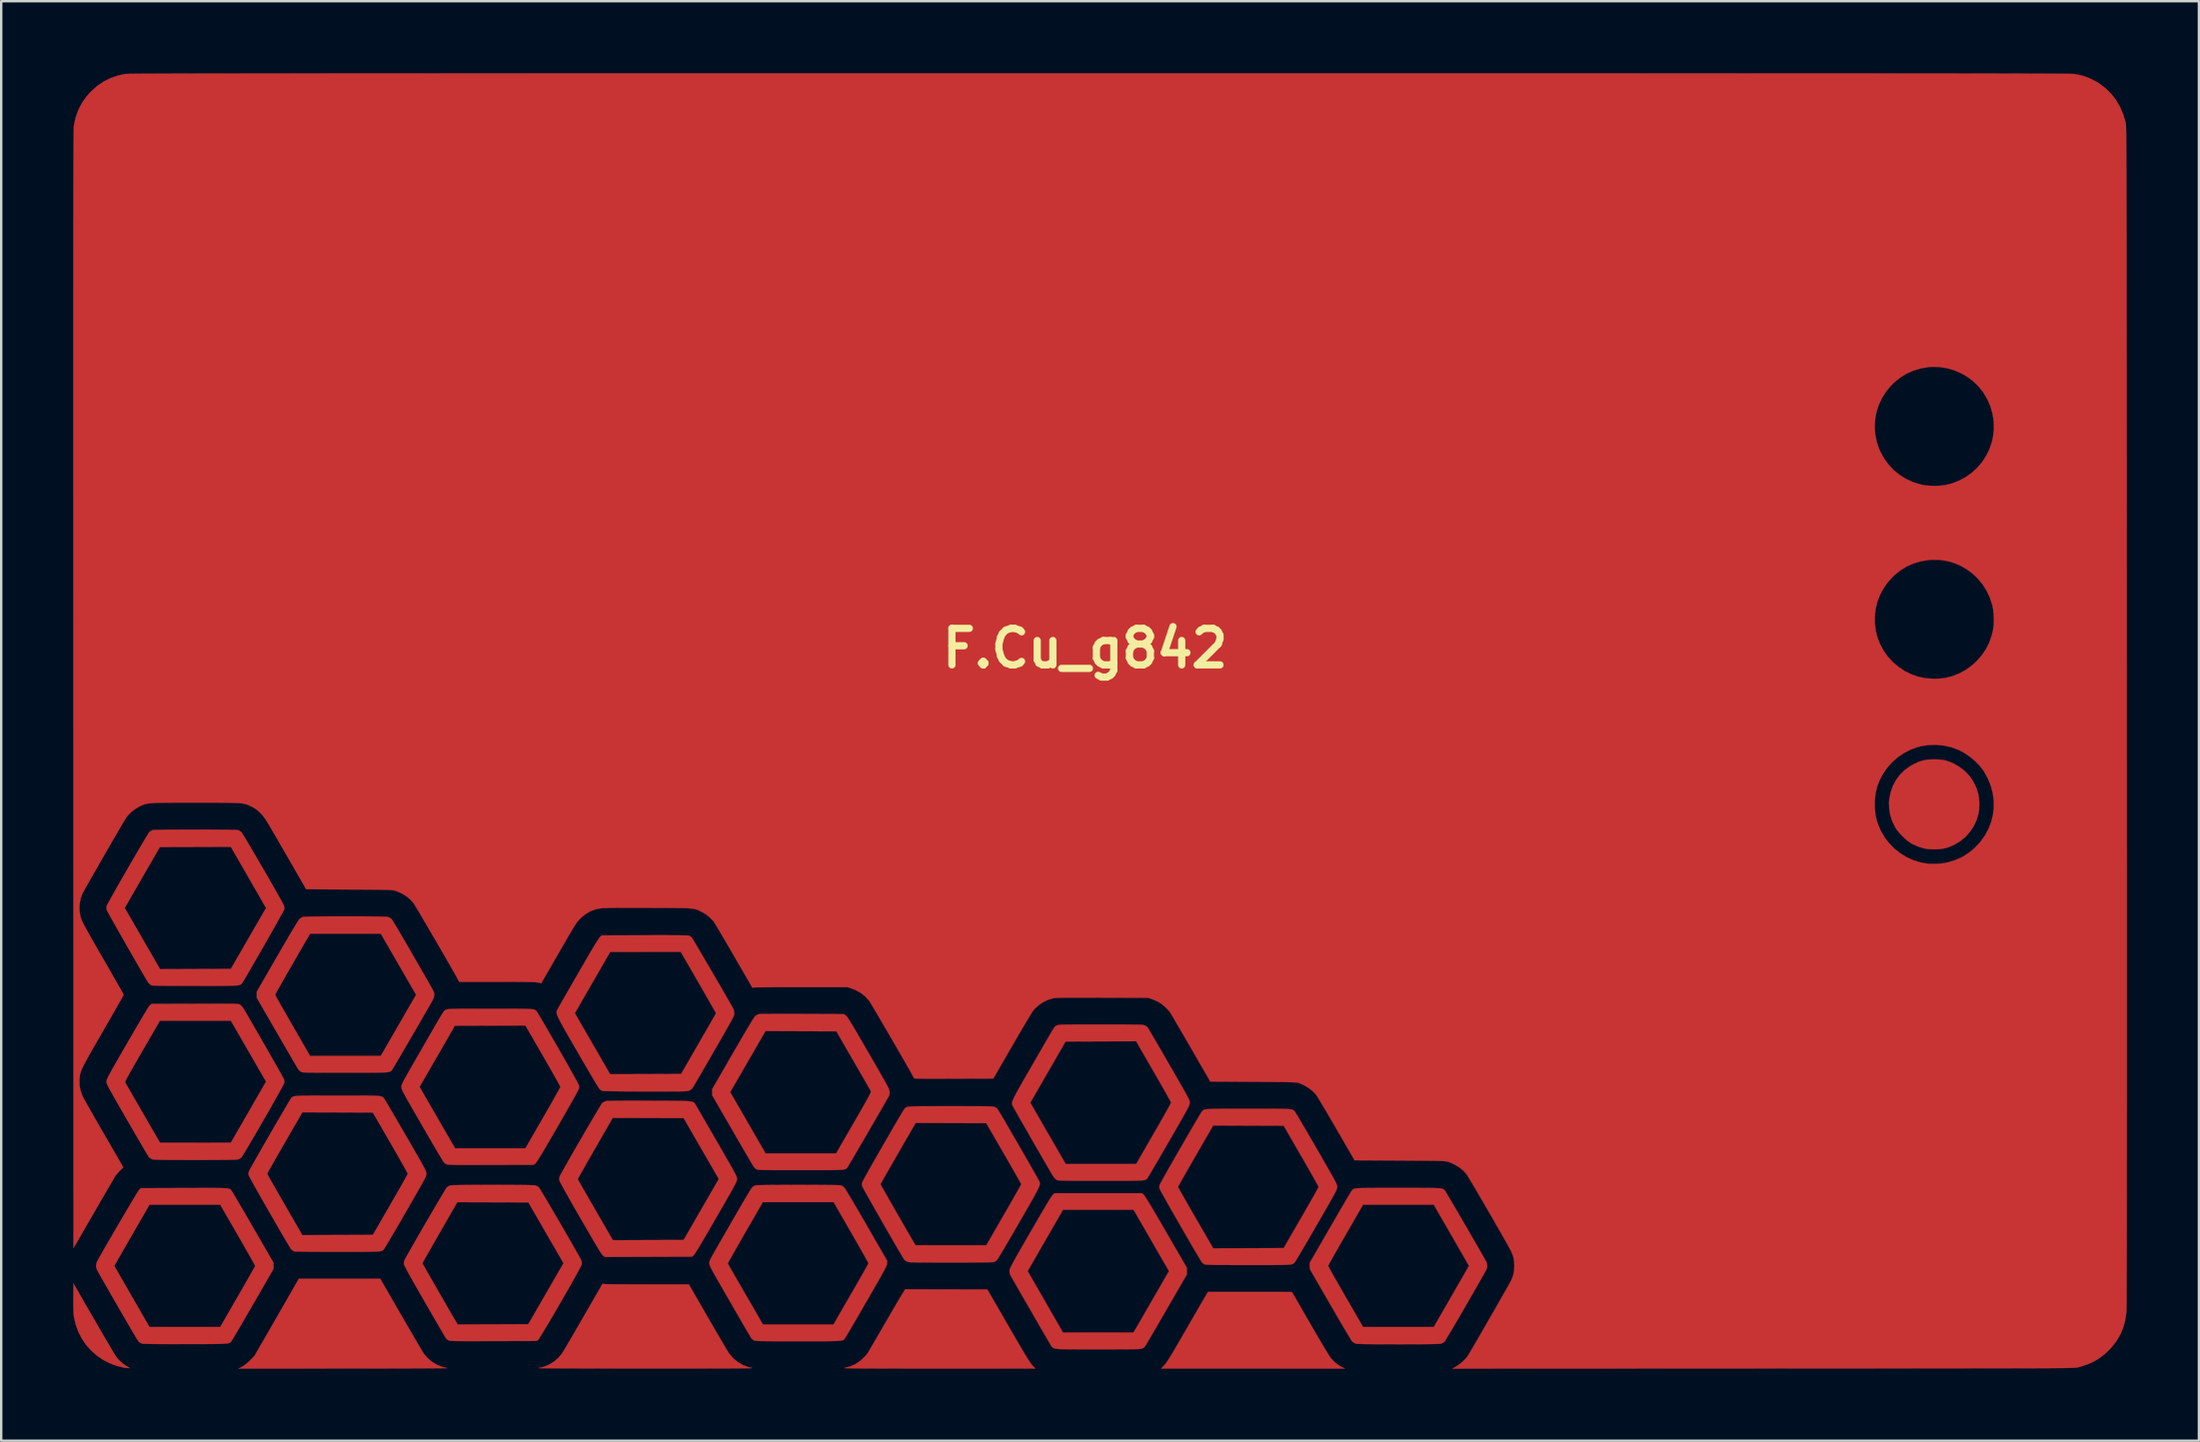
<source format=kicad_pcb>
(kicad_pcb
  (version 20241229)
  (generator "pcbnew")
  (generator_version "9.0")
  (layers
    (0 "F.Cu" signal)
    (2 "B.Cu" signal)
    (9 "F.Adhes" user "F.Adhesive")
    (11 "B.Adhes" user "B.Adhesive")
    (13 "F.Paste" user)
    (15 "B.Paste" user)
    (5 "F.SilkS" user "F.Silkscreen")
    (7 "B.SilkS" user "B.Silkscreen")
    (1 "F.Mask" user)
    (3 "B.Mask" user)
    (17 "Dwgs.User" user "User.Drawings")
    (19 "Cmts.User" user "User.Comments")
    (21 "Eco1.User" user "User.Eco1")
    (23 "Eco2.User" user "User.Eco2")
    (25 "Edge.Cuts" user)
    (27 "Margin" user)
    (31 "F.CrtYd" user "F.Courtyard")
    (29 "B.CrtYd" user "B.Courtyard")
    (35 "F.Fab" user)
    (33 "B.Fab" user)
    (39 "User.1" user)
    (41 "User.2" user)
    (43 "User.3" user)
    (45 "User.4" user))
  (footprint "F.Cu_g842"
    (layer "F.Cu")
    (at 42.188 23.987)
    (property "Reference" "F.Cu_g842" (at 0 0 0) (layer "F.SilkS") (effects (font (size 1.524 1.524) (thickness 0.3))))
    (attr through_hole)
    (fp_poly (pts (xy -41.339 27.936) (xy -41.205 28.167) (xy -41.075 28.391) (xy -40.952 28.603) (xy -40.836 28.802) (xy -40.73 28.983) (xy -40.635 29.144) (xy -40.553 29.282) (xy -40.487 29.393) (xy -40.438 29.474) (xy -40.407 29.522) (xy -40.403 29.528) (xy -40.254 29.705) (xy -40.068 29.862) (xy -39.952 29.938) (xy -39.825 30.014) (xy -39.91 30.011) (xy -39.98 30.007) (xy -40.04 30) (xy -40.047 29.999) (xy -40.367 29.923) (xy -40.668 29.81) (xy -40.95 29.663) (xy -41.208 29.485) (xy -41.442 29.277) (xy -41.649 29.043) (xy -41.825 28.785) (xy -41.97 28.505) (xy -42.079 28.207) (xy -42.152 27.892) (xy -42.164 27.806) (xy -42.17 27.735) (xy -42.175 27.629) (xy -42.179 27.496) (xy -42.181 27.343) (xy -42.181 27.178) (xy -42.181 27.059) (xy -42.175 26.485) (xy -41.339 27.936)) (stroke (width 0.01) (type solid)) (fill yes) (layer "F.Cu"))
    (fp_poly (pts (xy 8.625 26.84) (xy 9.387 28.162) (xy 9.526 28.402) (xy 9.658 28.629) (xy 9.781 28.838) (xy 9.893 29.029) (xy 9.994 29.197) (xy 10.081 29.34) (xy 10.152 29.456) (xy 10.207 29.541) (xy 10.243 29.594) (xy 10.251 29.604) (xy 10.41 29.768) (xy 10.583 29.899) (xy 10.688 29.96) (xy 10.827 30.034) (xy 6.999 30.035) (xy 3.171 30.035) (xy 3.305 29.89) (xy 3.334 29.857) (xy 3.366 29.816) (xy 3.403 29.764) (xy 3.447 29.7) (xy 3.498 29.619) (xy 3.559 29.521) (xy 3.632 29.401) (xy 3.717 29.258) (xy 3.816 29.089) (xy 3.931 28.891) (xy 4.064 28.662) (xy 4.216 28.398) (xy 4.232 28.372) (xy 4.361 28.148) (xy 4.484 27.934) (xy 4.601 27.732) (xy 4.709 27.546) (xy 4.806 27.377) (xy 4.891 27.231) (xy 4.963 27.108) (xy 5.018 27.013) (xy 5.055 26.949) (xy 5.073 26.919) (xy 5.123 26.839) (xy 8.625 26.84)) (stroke (width 0.01) (type solid)) (fill yes) (layer "F.Cu"))
    (fp_poly (pts (xy -28.521 27.787) (xy -28.386 28.021) (xy -28.255 28.248) (xy -28.13 28.463) (xy -28.012 28.664) (xy -27.905 28.848) (xy -27.809 29.012) (xy -27.726 29.152) (xy -27.658 29.266) (xy -27.607 29.351) (xy -27.574 29.403) (xy -27.567 29.414) (xy -27.418 29.591) (xy -27.238 29.744) (xy -27.034 29.868) (xy -26.813 29.96) (xy -26.601 30.012) (xy -26.61 30.014) (xy -26.66 30.016) (xy -26.749 30.018) (xy -26.876 30.02) (xy -27.04 30.021) (xy -27.239 30.023) (xy -27.472 30.024) (xy -27.737 30.026) (xy -28.033 30.027) (xy -28.359 30.028) (xy -28.713 30.029) (xy -29.094 30.03) (xy -29.5 30.031) (xy -29.93 30.032) (xy -30.383 30.032) (xy -30.856 30.032) (xy -30.893 30.032) (xy -35.295 30.034) (xy -35.147 29.956) (xy -35.023 29.878) (xy -34.89 29.767) (xy -34.818 29.698) (xy -34.637 29.517) (xy -33.746 27.972) (xy -33.61 27.735) (xy -33.48 27.508) (xy -33.356 27.293) (xy -33.241 27.094) (xy -33.137 26.912) (xy -33.045 26.751) (xy -32.966 26.614) (xy -32.903 26.503) (xy -32.856 26.421) (xy -32.828 26.371) (xy -32.821 26.358) (xy -32.786 26.289) (xy -29.385 26.289) (xy -28.521 27.787)) (stroke (width 0.01) (type solid)) (fill yes) (layer "F.Cu"))
    (fp_poly (pts (xy 35.593 4.635) (xy 35.757 4.652) (xy 35.907 4.685) (xy 36.057 4.737) (xy 36.22 4.81) (xy 36.229 4.815) (xy 36.475 4.959) (xy 36.693 5.133) (xy 36.88 5.335) (xy 37.034 5.564) (xy 37.155 5.816) (xy 37.24 6.088) (xy 37.242 6.097) (xy 37.264 6.233) (xy 37.276 6.394) (xy 37.277 6.566) (xy 37.268 6.731) (xy 37.249 6.876) (xy 37.244 6.897) (xy 37.166 7.161) (xy 37.049 7.411) (xy 36.897 7.643) (xy 36.712 7.852) (xy 36.685 7.877) (xy 36.469 8.052) (xy 36.233 8.193) (xy 35.984 8.297) (xy 35.788 8.349) (xy 35.654 8.368) (xy 35.494 8.378) (xy 35.326 8.378) (xy 35.164 8.37) (xy 35.025 8.352) (xy 34.999 8.347) (xy 34.751 8.274) (xy 34.501 8.162) (xy 34.428 8.122) (xy 34.321 8.05) (xy 34.202 7.951) (xy 34.079 7.836) (xy 33.963 7.714) (xy 33.862 7.593) (xy 33.787 7.484) (xy 33.785 7.481) (xy 33.659 7.228) (xy 33.572 6.965) (xy 33.524 6.695) (xy 33.516 6.424) (xy 33.528 6.283) (xy 33.585 6.001) (xy 33.678 5.738) (xy 33.806 5.496) (xy 33.967 5.277) (xy 34.159 5.085) (xy 34.381 4.921) (xy 34.555 4.824) (xy 34.722 4.747) (xy 34.873 4.692) (xy 35.021 4.657) (xy 35.179 4.637) (xy 35.362 4.63) (xy 35.401 4.63) (xy 35.593 4.635)) (stroke (width 0.01) (type solid)) (fill yes) (layer "F.Cu"))
    (fp_poly (pts (xy -7.47 26.725) (xy -7.407 26.726) (xy -7.308 26.726) (xy -7.176 26.727) (xy -7.014 26.727) (xy -6.827 26.728) (xy -6.616 26.729) (xy -6.386 26.729) (xy -6.139 26.73) (xy -5.878 26.73) (xy -5.773 26.731) (xy -4.075 26.734) (xy -3.207 28.238) (xy -3.045 28.518) (xy -2.902 28.764) (xy -2.778 28.979) (xy -2.669 29.163) (xy -2.576 29.321) (xy -2.497 29.454) (xy -2.429 29.565) (xy -2.372 29.656) (xy -2.324 29.73) (xy -2.283 29.789) (xy -2.249 29.836) (xy -2.219 29.873) (xy -2.205 29.889) (xy -2.071 30.035) (xy -6.121 30.034) (xy -6.614 30.033) (xy -7.066 30.033) (xy -7.479 30.033) (xy -7.855 30.032) (xy -8.194 30.032) (xy -8.499 30.031) (xy -8.771 30.03) (xy -9.011 30.029) (xy -9.222 30.028) (xy -9.405 30.027) (xy -9.561 30.025) (xy -9.691 30.024) (xy -9.799 30.022) (xy -9.884 30.02) (xy -9.949 30.018) (xy -9.995 30.016) (xy -10.023 30.013) (xy -10.036 30.01) (xy -10.035 30.007) (xy -10.022 30.004) (xy -9.793 29.944) (xy -9.589 29.855) (xy -9.401 29.731) (xy -9.281 29.629) (xy -9.205 29.553) (xy -9.131 29.471) (xy -9.073 29.399) (xy -9.056 29.375) (xy -9.034 29.338) (xy -8.992 29.268) (xy -8.933 29.167) (xy -8.859 29.04) (xy -8.771 28.89) (xy -8.672 28.719) (xy -8.563 28.532) (xy -8.446 28.331) (xy -8.324 28.119) (xy -8.251 27.994) (xy -8.128 27.781) (xy -8.011 27.58) (xy -7.902 27.393) (xy -7.801 27.223) (xy -7.712 27.073) (xy -7.636 26.946) (xy -7.574 26.845) (xy -7.529 26.773) (xy -7.502 26.733) (xy -7.495 26.725) (xy -7.47 26.725)) (stroke (width 0.01) (type solid)) (fill yes) (layer "F.Cu"))
    (fp_poly (pts (xy -20.045 26.509) (xy -20.013 26.511) (xy -19.941 26.513) (xy -19.834 26.515) (xy -19.695 26.516) (xy -19.526 26.518) (xy -19.332 26.519) (xy -19.116 26.52) (xy -18.88 26.521) (xy -18.628 26.521) (xy -18.365 26.522) (xy -18.245 26.522) (xy -16.52 26.522) (xy -15.718 27.914) (xy -15.587 28.139) (xy -15.462 28.356) (xy -15.342 28.562) (xy -15.231 28.752) (xy -15.13 28.925) (xy -15.04 29.077) (xy -14.965 29.204) (xy -14.904 29.304) (xy -14.862 29.374) (xy -14.838 29.411) (xy -14.837 29.411) (xy -14.67 29.604) (xy -14.478 29.763) (xy -14.264 29.887) (xy -14.03 29.973) (xy -13.896 30.004) (xy -13.884 30.007) (xy -13.886 30.01) (xy -13.902 30.013) (xy -13.935 30.015) (xy -13.985 30.018) (xy -14.055 30.02) (xy -14.145 30.022) (xy -14.257 30.023) (xy -14.393 30.025) (xy -14.553 30.026) (xy -14.74 30.027) (xy -14.955 30.028) (xy -15.199 30.029) (xy -15.475 30.029) (xy -15.782 30.03) (xy -16.123 30.03) (xy -16.499 30.031) (xy -16.912 30.031) (xy -17.364 30.031) (xy -17.854 30.031) (xy -18.32 30.031) (xy -18.802 30.031) (xy -19.264 30.031) (xy -19.704 30.03) (xy -20.12 30.03) (xy -20.512 30.029) (xy -20.878 30.028) (xy -21.216 30.027) (xy -21.525 30.026) (xy -21.803 30.025) (xy -22.05 30.023) (xy -22.263 30.022) (xy -22.442 30.02) (xy -22.585 30.018) (xy -22.69 30.017) (xy -22.756 30.015) (xy -22.782 30.013) (xy -22.78 30.012) (xy -22.55 29.954) (xy -22.33 29.859) (xy -22.128 29.732) (xy -21.951 29.578) (xy -21.815 29.414) (xy -21.79 29.374) (xy -21.745 29.302) (xy -21.684 29.199) (xy -21.607 29.068) (xy -21.516 28.914) (xy -21.413 28.739) (xy -21.301 28.546) (xy -21.181 28.339) (xy -21.054 28.121) (xy -20.924 27.894) (xy -20.922 27.891) (xy -20.119 26.497) (xy -20.045 26.509)) (stroke (width 0.01) (type solid)) (fill yes) (layer "F.Cu"))
    (fp_poly (pts (xy 2.436 22.778) (xy 2.455 22.798) (xy 2.485 22.838) (xy 2.526 22.898) (xy 2.579 22.981) (xy 2.645 23.088) (xy 2.726 23.221) (xy 2.822 23.383) (xy 2.934 23.574) (xy 3.064 23.797) (xy 3.213 24.053) (xy 3.376 24.334) (xy 4.244 25.834) (xy 4.243 25.971) (xy 4.243 26.109) (xy 3.379 27.601) (xy 3.245 27.833) (xy 3.117 28.053) (xy 2.996 28.261) (xy 2.884 28.453) (xy 2.783 28.627) (xy 2.694 28.779) (xy 2.619 28.907) (xy 2.56 29.008) (xy 2.518 29.079) (xy 2.494 29.117) (xy 2.49 29.123) (xy 2.456 29.15) (xy 2.401 29.182) (xy 2.381 29.192) (xy 2.364 29.199) (xy 2.344 29.205) (xy 2.316 29.21) (xy 2.28 29.214) (xy 2.232 29.218) (xy 2.169 29.221) (xy 2.088 29.224) (xy 1.986 29.226) (xy 1.862 29.227) (xy 1.711 29.228) (xy 1.531 29.229) (xy 1.32 29.23) (xy 1.074 29.23) (xy 0.79 29.23) (xy 0.55 29.23) (xy 0.237 29.23) (xy -0.037 29.23) (xy -0.274 29.23) (xy -0.478 29.229) (xy -0.65 29.228) (xy -0.794 29.227) (xy -0.913 29.225) (xy -1.009 29.223) (xy -1.085 29.221) (xy -1.144 29.217) (xy -1.19 29.213) (xy -1.223 29.209) (xy -1.248 29.203) (xy -1.268 29.197) (xy -1.281 29.192) (xy -1.339 29.161) (xy -1.381 29.131) (xy -1.389 29.123) (xy -1.403 29.101) (xy -1.437 29.044) (xy -1.487 28.958) (xy -1.553 28.846) (xy -1.632 28.71) (xy -1.723 28.554) (xy -1.823 28.382) (xy -1.93 28.197) (xy -2.042 28.002) (xy -2.159 27.801) (xy -2.276 27.597) (xy -2.394 27.394) (xy -2.509 27.194) (xy -2.62 27.002) (xy -2.724 26.82) (xy -2.82 26.652) (xy -2.906 26.502) (xy -2.98 26.373) (xy -3.04 26.267) (xy -3.084 26.19) (xy -3.11 26.143) (xy -3.115 26.134) (xy -3.145 26.054) (xy -3.151 25.969) (xy -2.395 25.969) (xy -0.921 28.531) (xy 0.55 28.531) (xy 2.021 28.531) (xy 2.759 27.251) (xy 3.497 25.97) (xy 3.299 25.627) (xy 3.248 25.538) (xy 3.178 25.418) (xy 3.094 25.272) (xy 2.998 25.105) (xy 2.893 24.923) (xy 2.783 24.731) (xy 2.669 24.534) (xy 2.561 24.347) (xy 2.021 23.411) (xy 0.55 23.411) (xy -0.921 23.411) (xy -1.658 24.69) (xy -2.395 25.969) (xy -3.151 25.969) (xy -3.151 25.967) (xy -3.149 25.941) (xy -3.145 25.919) (xy -3.138 25.891) (xy -3.125 25.856) (xy -3.105 25.811) (xy -3.076 25.753) (xy -3.039 25.68) (xy -2.99 25.59) (xy -2.929 25.48) (xy -2.855 25.347) (xy -2.765 25.19) (xy -2.66 25.005) (xy -2.537 24.791) (xy -2.395 24.544) (xy -2.274 24.334) (xy -2.105 24.044) (xy -1.957 23.788) (xy -1.827 23.566) (xy -1.715 23.375) (xy -1.62 23.215) (xy -1.54 23.082) (xy -1.474 22.976) (xy -1.422 22.894) (xy -1.382 22.834) (xy -1.353 22.796) (xy -1.335 22.778) (xy -1.263 22.722) (xy 2.363 22.722) (xy 2.436 22.778)) (stroke (width 0.01) (type solid)) (fill yes) (layer "F.Cu"))
    (fp_poly (pts (xy -12.402 15.243) (xy -12.15 15.243) (xy -11.886 15.244) (xy -11.778 15.244) (xy -10.061 15.251) (xy -9.982 15.303) (xy -9.965 15.317) (xy -9.944 15.34) (xy -9.918 15.374) (xy -9.885 15.421) (xy -9.844 15.484) (xy -9.793 15.564) (xy -9.731 15.665) (xy -9.657 15.789) (xy -9.569 15.938) (xy -9.466 16.114) (xy -9.346 16.319) (xy -9.209 16.556) (xy -9.051 16.828) (xy -9.033 16.859) (xy -8.877 17.13) (xy -8.74 17.367) (xy -8.622 17.572) (xy -8.521 17.748) (xy -8.436 17.898) (xy -8.365 18.024) (xy -8.307 18.128) (xy -8.261 18.213) (xy -8.226 18.282) (xy -8.199 18.337) (xy -8.18 18.38) (xy -8.168 18.415) (xy -8.16 18.443) (xy -8.156 18.467) (xy -8.154 18.481) (xy -8.153 18.57) (xy -8.165 18.637) (xy -8.171 18.65) (xy -8.197 18.697) (xy -8.24 18.775) (xy -8.3 18.881) (xy -8.374 19.01) (xy -8.461 19.161) (xy -8.558 19.329) (xy -8.663 19.511) (xy -8.774 19.704) (xy -8.89 19.904) (xy -9.008 20.108) (xy -9.127 20.313) (xy -9.245 20.515) (xy -9.359 20.71) (xy -9.468 20.897) (xy -9.569 21.07) (xy -9.661 21.227) (xy -9.742 21.364) (xy -9.81 21.479) (xy -9.862 21.567) (xy -9.897 21.625) (xy -9.914 21.65) (xy -9.914 21.65) (xy -9.931 21.669) (xy -9.946 21.686) (xy -9.964 21.7) (xy -9.985 21.713) (xy -10.014 21.723) (xy -10.053 21.732) (xy -10.104 21.739) (xy -10.17 21.745) (xy -10.255 21.75) (xy -10.36 21.753) (xy -10.489 21.756) (xy -10.644 21.758) (xy -10.828 21.759) (xy -11.044 21.759) (xy -11.295 21.759) (xy -11.583 21.759) (xy -11.858 21.759) (xy -12.174 21.759) (xy -12.45 21.759) (xy -12.69 21.759) (xy -12.896 21.758) (xy -13.071 21.758) (xy -13.217 21.756) (xy -13.337 21.755) (xy -13.434 21.753) (xy -13.511 21.75) (xy -13.571 21.747) (xy -13.616 21.744) (xy -13.649 21.739) (xy -13.673 21.734) (xy -13.69 21.728) (xy -13.704 21.721) (xy -13.71 21.718) (xy -13.766 21.672) (xy -13.819 21.612) (xy -13.83 21.596) (xy -13.848 21.565) (xy -13.887 21.501) (xy -13.942 21.406) (xy -14.014 21.283) (xy -14.1 21.135) (xy -14.199 20.966) (xy -14.308 20.778) (xy -14.426 20.574) (xy -14.552 20.357) (xy -14.683 20.13) (xy -14.714 20.077) (xy -15.546 18.637) (xy -15.547 18.51) (xy -15.547 18.506) (xy -14.796 18.506) (xy -14.06 19.783) (xy -13.324 21.06) (xy -11.852 21.06) (xy -10.38 21.061) (xy -9.644 19.787) (xy -9.498 19.534) (xy -9.373 19.316) (xy -9.266 19.13) (xy -9.177 18.972) (xy -9.104 18.842) (xy -9.045 18.735) (xy -9 18.65) (xy -8.967 18.585) (xy -8.945 18.537) (xy -8.932 18.503) (xy -8.927 18.481) (xy -8.929 18.469) (xy -8.943 18.444) (xy -8.976 18.385) (xy -9.027 18.296) (xy -9.094 18.179) (xy -9.174 18.039) (xy -9.267 17.877) (xy -9.37 17.698) (xy -9.482 17.504) (xy -9.601 17.299) (xy -9.659 17.198) (xy -10.369 15.97) (xy -11.848 15.965) (xy -13.326 15.959) (xy -14.796 18.506) (xy -15.547 18.506) (xy -15.547 18.383) (xy -14.683 16.886) (xy -14.497 16.566) (xy -14.332 16.282) (xy -14.187 16.035) (xy -14.062 15.825) (xy -13.958 15.651) (xy -13.874 15.514) (xy -13.81 15.414) (xy -13.767 15.351) (xy -13.747 15.327) (xy -13.655 15.27) (xy -13.585 15.251) (xy -13.55 15.249) (xy -13.476 15.247) (xy -13.366 15.246) (xy -13.224 15.245) (xy -13.054 15.244) (xy -12.858 15.243) (xy -12.639 15.243) (xy -12.402 15.243)) (stroke (width 0.01) (type solid)) (fill yes) (layer "F.Cu"))
    (fp_poly (pts (xy -36.302 22.503) (xy -36.148 22.504) (xy -36.019 22.507) (xy -35.915 22.51) (xy -35.831 22.515) (xy -35.765 22.522) (xy -35.714 22.53) (xy -35.676 22.54) (xy -35.648 22.552) (xy -35.627 22.567) (xy -35.61 22.584) (xy -35.595 22.603) (xy -35.58 22.625) (xy -35.575 22.632) (xy -35.556 22.661) (xy -35.518 22.724) (xy -35.463 22.817) (xy -35.391 22.939) (xy -35.305 23.085) (xy -35.207 23.253) (xy -35.097 23.441) (xy -34.979 23.644) (xy -34.853 23.861) (xy -34.721 24.089) (xy -34.679 24.162) (xy -33.835 25.622) (xy -33.835 25.876) (xy -34.69 27.358) (xy -34.824 27.589) (xy -34.952 27.81) (xy -35.074 28.019) (xy -35.186 28.212) (xy -35.288 28.386) (xy -35.379 28.54) (xy -35.455 28.669) (xy -35.516 28.771) (xy -35.56 28.843) (xy -35.586 28.883) (xy -35.59 28.889) (xy -35.608 28.91) (xy -35.625 28.929) (xy -35.642 28.945) (xy -35.663 28.958) (xy -35.691 28.97) (xy -35.729 28.98) (xy -35.779 28.988) (xy -35.843 28.994) (xy -35.926 28.999) (xy -36.029 29.003) (xy -36.155 29.006) (xy -36.307 29.008) (xy -36.489 29.01) (xy -36.702 29.011) (xy -36.949 29.011) (xy -37.234 29.012) (xy -37.497 29.012) (xy -37.847 29.013) (xy -38.162 29.013) (xy -38.441 29.012) (xy -38.683 29.01) (xy -38.887 29.008) (xy -39.053 29.006) (xy -39.179 29.003) (xy -39.265 28.999) (xy -39.309 28.995) (xy -39.312 28.994) (xy -39.383 28.963) (xy -39.446 28.918) (xy -39.45 28.914) (xy -39.465 28.896) (xy -39.488 28.862) (xy -39.521 28.81) (xy -39.565 28.739) (xy -39.62 28.648) (xy -39.688 28.534) (xy -39.769 28.396) (xy -39.864 28.234) (xy -39.974 28.044) (xy -40.1 27.827) (xy -40.243 27.58) (xy -40.404 27.301) (xy -40.583 26.99) (xy -40.782 26.644) (xy -40.93 26.387) (xy -41.019 26.232) (xy -41.088 26.109) (xy -41.141 26.012) (xy -41.179 25.938) (xy -41.205 25.882) (xy -41.221 25.838) (xy -41.23 25.802) (xy -41.232 25.769) (xy -41.233 25.756) (xy -41.232 25.749) (xy -40.471 25.749) (xy -40.46 25.769) (xy -40.431 25.823) (xy -40.383 25.907) (xy -40.319 26.019) (xy -40.241 26.156) (xy -40.151 26.314) (xy -40.049 26.491) (xy -39.938 26.684) (xy -39.82 26.89) (xy -39.738 27.031) (xy -39.006 28.3) (xy -37.532 28.3) (xy -36.057 28.3) (xy -35.329 27.037) (xy -35.207 26.825) (xy -35.091 26.623) (xy -34.983 26.435) (xy -34.885 26.264) (xy -34.799 26.112) (xy -34.726 25.982) (xy -34.668 25.878) (xy -34.627 25.803) (xy -34.605 25.76) (xy -34.6 25.75) (xy -34.611 25.728) (xy -34.641 25.672) (xy -34.688 25.586) (xy -34.752 25.472) (xy -34.83 25.334) (xy -34.921 25.174) (xy -35.022 24.996) (xy -35.133 24.802) (xy -35.252 24.596) (xy -35.329 24.462) (xy -36.057 23.199) (xy -39.005 23.199) (xy -39.738 24.468) (xy -39.86 24.68) (xy -39.977 24.882) (xy -40.085 25.07) (xy -40.183 25.241) (xy -40.269 25.392) (xy -40.343 25.521) (xy -40.401 25.623) (xy -40.443 25.698) (xy -40.466 25.74) (xy -40.471 25.749) (xy -41.232 25.749) (xy -41.222 25.665) (xy -41.196 25.581) (xy -41.192 25.574) (xy -41.159 25.511) (xy -41.108 25.419) (xy -41.041 25.3) (xy -40.961 25.159) (xy -40.869 24.999) (xy -40.767 24.823) (xy -40.658 24.634) (xy -40.543 24.436) (xy -40.424 24.232) (xy -40.304 24.026) (xy -40.184 23.822) (xy -40.066 23.621) (xy -39.953 23.429) (xy -39.846 23.248) (xy -39.747 23.082) (xy -39.659 22.934) (xy -39.583 22.808) (xy -39.521 22.706) (xy -39.475 22.633) (xy -39.448 22.592) (xy -39.442 22.585) (xy -39.369 22.511) (xy -37.56 22.505) (xy -37.234 22.504) (xy -36.948 22.503) (xy -36.7 22.503) (xy -36.485 22.502) (xy -36.302 22.503)) (stroke (width 0.01) (type solid)) (fill yes) (layer "F.Cu"))
    (fp_poly (pts (xy -18.647 18.863) (xy -18.302 18.864) (xy -18.167 18.864) (xy -17.847 18.865) (xy -17.567 18.866) (xy -17.324 18.867) (xy -17.115 18.868) (xy -16.937 18.87) (xy -16.787 18.873) (xy -16.664 18.877) (xy -16.563 18.883) (xy -16.482 18.89) (xy -16.419 18.899) (xy -16.371 18.911) (xy -16.334 18.925) (xy -16.307 18.942) (xy -16.286 18.962) (xy -16.269 18.986) (xy -16.253 19.013) (xy -16.234 19.044) (xy -16.227 19.056) (xy -16.205 19.092) (xy -16.164 19.161) (xy -16.106 19.261) (xy -16.032 19.389) (xy -15.944 19.54) (xy -15.843 19.713) (xy -15.733 19.904) (xy -15.613 20.111) (xy -15.487 20.329) (xy -15.356 20.557) (xy -15.334 20.594) (xy -15.183 20.857) (xy -15.051 21.086) (xy -14.938 21.283) (xy -14.841 21.452) (xy -14.761 21.594) (xy -14.694 21.713) (xy -14.641 21.81) (xy -14.599 21.889) (xy -14.567 21.951) (xy -14.544 22.001) (xy -14.528 22.04) (xy -14.519 22.07) (xy -14.513 22.095) (xy -14.512 22.116) (xy -14.511 22.128) (xy -14.512 22.149) (xy -14.515 22.171) (xy -14.522 22.197) (xy -14.534 22.23) (xy -14.552 22.271) (xy -14.577 22.325) (xy -14.612 22.392) (xy -14.657 22.476) (xy -14.714 22.579) (xy -14.784 22.704) (xy -14.869 22.852) (xy -14.969 23.027) (xy -15.086 23.231) (xy -15.222 23.467) (xy -15.377 23.736) (xy -15.389 23.756) (xy -15.565 24.06) (xy -15.72 24.328) (xy -15.857 24.562) (xy -15.974 24.761) (xy -16.074 24.929) (xy -16.157 25.065) (xy -16.223 25.172) (xy -16.274 25.249) (xy -16.309 25.299) (xy -16.33 25.322) (xy -16.33 25.323) (xy -16.394 25.368) (xy -18.205 25.374) (xy -20.016 25.38) (xy -20.089 25.331) (xy -20.106 25.316) (xy -20.129 25.288) (xy -20.16 25.245) (xy -20.2 25.185) (xy -20.25 25.106) (xy -20.312 25.006) (xy -20.386 24.882) (xy -20.475 24.733) (xy -20.579 24.555) (xy -20.7 24.348) (xy -20.838 24.109) (xy -20.996 23.836) (xy -21.034 23.771) (xy -21.169 23.537) (xy -21.298 23.312) (xy -21.419 23.1) (xy -21.53 22.903) (xy -21.631 22.723) (xy -21.72 22.564) (xy -21.794 22.429) (xy -21.853 22.321) (xy -21.895 22.241) (xy -21.917 22.195) (xy -21.921 22.184) (xy -21.921 22.136) (xy -21.153 22.136) (xy -21.142 22.156) (xy -21.112 22.209) (xy -21.065 22.292) (xy -21.003 22.4) (xy -20.929 22.53) (xy -20.844 22.678) (xy -20.75 22.841) (xy -20.65 23.015) (xy -20.545 23.197) (xy -20.439 23.382) (xy -20.332 23.568) (xy -20.227 23.749) (xy -20.126 23.924) (xy -20.032 24.087) (xy -19.946 24.236) (xy -19.87 24.367) (xy -19.806 24.476) (xy -19.758 24.559) (xy -19.726 24.614) (xy -19.714 24.633) (xy -19.684 24.681) (xy -18.211 24.675) (xy -16.738 24.67) (xy -16.004 23.399) (xy -15.27 22.128) (xy -16.736 19.59) (xy -18.216 19.585) (xy -19.696 19.581) (xy -20.426 20.851) (xy -20.548 21.064) (xy -20.663 21.266) (xy -20.771 21.454) (xy -20.868 21.625) (xy -20.954 21.777) (xy -21.027 21.906) (xy -21.085 22.009) (xy -21.126 22.084) (xy -21.148 22.127) (xy -21.153 22.136) (xy -21.921 22.136) (xy -21.922 22.093) (xy -21.905 22.024) (xy -21.887 21.987) (xy -21.851 21.918) (xy -21.797 21.82) (xy -21.728 21.696) (xy -21.646 21.55) (xy -21.553 21.385) (xy -21.45 21.205) (xy -21.34 21.013) (xy -21.224 20.812) (xy -21.105 20.606) (xy -20.985 20.398) (xy -20.865 20.191) (xy -20.747 19.99) (xy -20.635 19.797) (xy -20.528 19.616) (xy -20.43 19.45) (xy -20.342 19.303) (xy -20.267 19.177) (xy -20.205 19.077) (xy -20.16 19.006) (xy -20.134 18.967) (xy -20.129 18.961) (xy -20.066 18.917) (xy -19.992 18.884) (xy -19.983 18.881) (xy -19.947 18.876) (xy -19.875 18.872) (xy -19.766 18.869) (xy -19.62 18.867) (xy -19.436 18.865) (xy -19.213 18.864) (xy -18.95 18.863) (xy -18.647 18.863)) (stroke (width 0.01) (type solid)) (fill yes) (layer "F.Cu"))
    (fp_poly (pts (xy -17.408 11.963) (xy -17.172 11.964) (xy -16.974 11.965) (xy -16.812 11.967) (xy -16.686 11.97) (xy -16.593 11.973) (xy -16.534 11.977) (xy -16.507 11.982) (xy -16.454 12.013) (xy -16.4 12.059) (xy -16.398 12.061) (xy -16.382 12.086) (xy -16.346 12.143) (xy -16.294 12.231) (xy -16.226 12.345) (xy -16.144 12.482) (xy -16.052 12.639) (xy -15.95 12.812) (xy -15.841 12.998) (xy -15.727 13.194) (xy -15.609 13.395) (xy -15.49 13.6) (xy -15.371 13.804) (xy -15.255 14.004) (xy -15.144 14.196) (xy -15.039 14.378) (xy -14.943 14.545) (xy -14.857 14.695) (xy -14.783 14.824) (xy -14.724 14.929) (xy -14.682 15.005) (xy -14.661 15.044) (xy -14.64 15.106) (xy -14.628 15.185) (xy -14.626 15.221) (xy -14.627 15.242) (xy -14.63 15.264) (xy -14.636 15.29) (xy -14.647 15.322) (xy -14.664 15.363) (xy -14.689 15.415) (xy -14.723 15.481) (xy -14.767 15.563) (xy -14.823 15.664) (xy -14.892 15.787) (xy -14.975 15.933) (xy -15.074 16.106) (xy -15.19 16.309) (xy -15.325 16.542) (xy -15.476 16.804) (xy -15.609 17.035) (xy -15.737 17.256) (xy -15.858 17.465) (xy -15.97 17.658) (xy -16.072 17.833) (xy -16.161 17.987) (xy -16.237 18.116) (xy -16.297 18.219) (xy -16.34 18.292) (xy -16.365 18.332) (xy -16.368 18.338) (xy -16.415 18.386) (xy -16.479 18.429) (xy -16.497 18.438) (xy -16.515 18.445) (xy -16.535 18.451) (xy -16.561 18.457) (xy -16.596 18.461) (xy -16.642 18.465) (xy -16.703 18.468) (xy -16.781 18.471) (xy -16.879 18.473) (xy -17.001 18.474) (xy -17.147 18.475) (xy -17.323 18.476) (xy -17.529 18.476) (xy -17.77 18.476) (xy -18.048 18.476) (xy -18.32 18.476) (xy -18.589 18.476) (xy -18.846 18.475) (xy -19.089 18.474) (xy -19.315 18.472) (xy -19.519 18.47) (xy -19.699 18.468) (xy -19.851 18.466) (xy -19.973 18.463) (xy -20.06 18.46) (xy -20.11 18.457) (xy -20.119 18.456) (xy -20.175 18.429) (xy -20.234 18.383) (xy -20.249 18.368) (xy -20.269 18.339) (xy -20.309 18.276) (xy -20.367 18.183) (xy -20.44 18.061) (xy -20.528 17.914) (xy -20.628 17.745) (xy -20.738 17.557) (xy -20.858 17.353) (xy -20.985 17.135) (xy -21.117 16.906) (xy -21.167 16.819) (xy -21.327 16.542) (xy -21.468 16.298) (xy -21.589 16.086) (xy -21.693 15.904) (xy -21.781 15.748) (xy -21.853 15.616) (xy -21.912 15.505) (xy -21.957 15.414) (xy -21.991 15.339) (xy -22.014 15.278) (xy -22.028 15.228) (xy -22.03 15.214) (xy -21.272 15.214) (xy -20.537 16.487) (xy -19.802 17.759) (xy -18.322 17.754) (xy -16.843 17.748) (xy -16.116 16.489) (xy -15.994 16.277) (xy -15.878 16.076) (xy -15.771 15.889) (xy -15.673 15.719) (xy -15.587 15.568) (xy -15.514 15.44) (xy -15.456 15.338) (xy -15.415 15.265) (xy -15.393 15.224) (xy -15.388 15.215) (xy -15.399 15.195) (xy -15.428 15.141) (xy -15.476 15.056) (xy -15.54 14.944) (xy -15.618 14.807) (xy -15.708 14.648) (xy -15.81 14.471) (xy -15.921 14.278) (xy -16.039 14.072) (xy -16.122 13.929) (xy -16.855 12.658) (xy -19.801 12.659) (xy -20.537 13.937) (xy -21.272 15.214) (xy -22.03 15.214) (xy -22.034 15.187) (xy -22.033 15.153) (xy -22.026 15.122) (xy -22.014 15.092) (xy -21.998 15.062) (xy -21.986 15.038) (xy -21.967 15.003) (xy -21.928 14.934) (xy -21.872 14.836) (xy -21.8 14.709) (xy -21.713 14.558) (xy -21.615 14.386) (xy -21.505 14.196) (xy -21.387 13.99) (xy -21.261 13.772) (xy -21.13 13.545) (xy -21.106 13.504) (xy -20.937 13.212) (xy -20.788 12.955) (xy -20.658 12.733) (xy -20.546 12.543) (xy -20.451 12.385) (xy -20.373 12.258) (xy -20.311 12.159) (xy -20.264 12.087) (xy -20.23 12.042) (xy -20.213 12.023) (xy -20.144 11.97) (xy -18.353 11.964) (xy -17.997 11.963) (xy -17.683 11.963) (xy -17.408 11.963)) (stroke (width 0.01) (type solid)) (fill yes) (layer "F.Cu"))
    (fp_poly (pts (xy -30.509 11.176) (xy -30.275 11.176) (xy -30.05 11.178) (xy -29.839 11.179) (xy -29.645 11.181) (xy -29.473 11.184) (xy -29.326 11.187) (xy -29.209 11.19) (xy -29.125 11.194) (xy -29.078 11.198) (xy -29.073 11.199) (xy -29 11.228) (xy -28.933 11.271) (xy -28.921 11.282) (xy -28.899 11.311) (xy -28.859 11.373) (xy -28.802 11.465) (xy -28.73 11.583) (xy -28.645 11.725) (xy -28.55 11.885) (xy -28.447 12.062) (xy -28.337 12.251) (xy -28.247 12.406) (xy -28.069 12.714) (xy -27.912 12.987) (xy -27.772 13.229) (xy -27.651 13.439) (xy -27.546 13.622) (xy -27.456 13.779) (xy -27.38 13.912) (xy -27.317 14.024) (xy -27.266 14.115) (xy -27.225 14.19) (xy -27.193 14.249) (xy -27.17 14.296) (xy -27.154 14.331) (xy -27.143 14.358) (xy -27.137 14.378) (xy -27.134 14.394) (xy -27.134 14.408) (xy -27.135 14.421) (xy -27.136 14.437) (xy -27.136 14.44) (xy -27.143 14.518) (xy -27.162 14.591) (xy -27.171 14.611) (xy -27.196 14.658) (xy -27.239 14.736) (xy -27.299 14.841) (xy -27.373 14.971) (xy -27.459 15.121) (xy -27.556 15.289) (xy -27.661 15.471) (xy -27.772 15.663) (xy -27.887 15.863) (xy -28.006 16.066) (xy -28.124 16.27) (xy -28.241 16.471) (xy -28.355 16.665) (xy -28.463 16.85) (xy -28.563 17.022) (xy -28.654 17.177) (xy -28.734 17.312) (xy -28.801 17.424) (xy -28.852 17.51) (xy -28.885 17.565) (xy -28.9 17.586) (xy -28.917 17.605) (xy -28.933 17.622) (xy -28.95 17.636) (xy -28.972 17.649) (xy -29.001 17.659) (xy -29.039 17.668) (xy -29.091 17.675) (xy -29.157 17.681) (xy -29.241 17.686) (xy -29.347 17.689) (xy -29.475 17.692) (xy -29.63 17.694) (xy -29.814 17.695) (xy -30.03 17.695) (xy -30.281 17.695) (xy -30.568 17.695) (xy -30.844 17.695) (xy -31.161 17.695) (xy -31.437 17.695) (xy -31.677 17.695) (xy -31.883 17.694) (xy -32.058 17.693) (xy -32.204 17.692) (xy -32.325 17.691) (xy -32.422 17.689) (xy -32.499 17.686) (xy -32.559 17.683) (xy -32.604 17.679) (xy -32.637 17.675) (xy -32.66 17.67) (xy -32.678 17.664) (xy -32.691 17.657) (xy -32.694 17.655) (xy -32.753 17.609) (xy -32.802 17.555) (xy -32.82 17.527) (xy -32.856 17.466) (xy -32.91 17.374) (xy -32.981 17.254) (xy -33.065 17.108) (xy -33.163 16.941) (xy -33.271 16.755) (xy -33.389 16.552) (xy -33.514 16.336) (xy -33.646 16.109) (xy -33.689 16.034) (xy -34.533 14.573) (xy -34.533 14.446) (xy -33.768 14.446) (xy -33.758 14.468) (xy -33.728 14.524) (xy -33.68 14.61) (xy -33.616 14.724) (xy -33.538 14.863) (xy -33.447 15.023) (xy -33.346 15.201) (xy -33.235 15.395) (xy -33.116 15.601) (xy -33.039 15.734) (xy -32.311 16.997) (xy -30.837 16.997) (xy -29.364 16.997) (xy -28.665 15.785) (xy -28.544 15.576) (xy -28.429 15.376) (xy -28.321 15.189) (xy -28.222 15.018) (xy -28.134 14.866) (xy -28.06 14.737) (xy -28 14.633) (xy -27.957 14.559) (xy -27.932 14.516) (xy -27.928 14.509) (xy -27.891 14.445) (xy -28.628 13.17) (xy -29.364 11.896) (xy -32.311 11.896) (xy -33.04 13.158) (xy -33.162 13.37) (xy -33.278 13.571) (xy -33.385 13.76) (xy -33.483 13.931) (xy -33.569 14.084) (xy -33.642 14.213) (xy -33.7 14.317) (xy -33.741 14.392) (xy -33.764 14.436) (xy -33.768 14.446) (xy -34.533 14.446) (xy -34.533 14.319) (xy -33.679 12.838) (xy -33.538 12.594) (xy -33.404 12.364) (xy -33.278 12.149) (xy -33.162 11.951) (xy -33.057 11.774) (xy -32.965 11.621) (xy -32.887 11.493) (xy -32.826 11.394) (xy -32.782 11.325) (xy -32.757 11.291) (xy -32.755 11.289) (xy -32.692 11.24) (xy -32.621 11.204) (xy -32.604 11.199) (xy -32.567 11.195) (xy -32.492 11.191) (xy -32.383 11.187) (xy -32.243 11.184) (xy -32.077 11.182) (xy -31.888 11.18) (xy -31.681 11.178) (xy -31.46 11.176) (xy -31.228 11.176) (xy -30.989 11.175) (xy -30.748 11.175) (xy -30.509 11.176)) (stroke (width 0.01) (type solid)) (fill yes) (layer "F.Cu"))
    (fp_poly (pts (xy -24.371 22.373) (xy -24.137 22.374) (xy -23.911 22.375) (xy -23.699 22.376) (xy -23.504 22.378) (xy -23.33 22.381) (xy -23.181 22.384) (xy -23.061 22.387) (xy -22.975 22.39) (xy -22.925 22.394) (xy -22.917 22.396) (xy -22.845 22.427) (xy -22.78 22.471) (xy -22.776 22.475) (xy -22.758 22.5) (xy -22.72 22.559) (xy -22.666 22.648) (xy -22.596 22.763) (xy -22.514 22.902) (xy -22.42 23.06) (xy -22.317 23.235) (xy -22.206 23.423) (xy -22.091 23.621) (xy -21.972 23.824) (xy -21.852 24.031) (xy -21.732 24.237) (xy -21.615 24.44) (xy -21.502 24.635) (xy -21.396 24.82) (xy -21.299 24.99) (xy -21.212 25.144) (xy -21.137 25.276) (xy -21.077 25.384) (xy -21.033 25.465) (xy -21.008 25.515) (xy -21.004 25.523) (xy -20.982 25.629) (xy -20.986 25.684) (xy -20.999 25.719) (xy -21.032 25.786) (xy -21.082 25.883) (xy -21.148 26.006) (xy -21.228 26.151) (xy -21.32 26.316) (xy -21.422 26.497) (xy -21.531 26.69) (xy -21.647 26.893) (xy -21.766 27.101) (xy -21.888 27.312) (xy -22.01 27.522) (xy -22.13 27.728) (xy -22.246 27.927) (xy -22.357 28.114) (xy -22.46 28.288) (xy -22.554 28.443) (xy -22.636 28.577) (xy -22.704 28.687) (xy -22.757 28.77) (xy -22.793 28.821) (xy -22.807 28.837) (xy -22.871 28.882) (xy -24.67 28.887) (xy -24.99 28.888) (xy -25.27 28.888) (xy -25.514 28.889) (xy -25.723 28.889) (xy -25.901 28.888) (xy -26.05 28.887) (xy -26.173 28.886) (xy -26.273 28.884) (xy -26.352 28.882) (xy -26.413 28.878) (xy -26.46 28.875) (xy -26.493 28.87) (xy -26.517 28.865) (xy -26.534 28.859) (xy -26.538 28.857) (xy -26.598 28.818) (xy -26.645 28.769) (xy -26.647 28.768) (xy -26.663 28.741) (xy -26.699 28.681) (xy -26.753 28.589) (xy -26.822 28.47) (xy -26.907 28.325) (xy -27.004 28.158) (xy -27.112 27.972) (xy -27.229 27.769) (xy -27.354 27.552) (xy -27.486 27.325) (xy -27.537 27.237) (xy -27.715 26.928) (xy -27.871 26.654) (xy -28.007 26.416) (xy -28.122 26.212) (xy -28.216 26.042) (xy -28.291 25.905) (xy -28.345 25.8) (xy -28.381 25.728) (xy -28.398 25.686) (xy -28.399 25.68) (xy -28.398 25.643) (xy -27.629 25.643) (xy -27.618 25.662) (xy -27.589 25.715) (xy -27.542 25.797) (xy -27.481 25.905) (xy -27.407 26.035) (xy -27.322 26.183) (xy -27.229 26.346) (xy -27.129 26.52) (xy -27.025 26.701) (xy -26.918 26.886) (xy -26.812 27.071) (xy -26.707 27.252) (xy -26.607 27.426) (xy -26.513 27.59) (xy -26.427 27.738) (xy -26.351 27.868) (xy -26.288 27.976) (xy -26.263 28.02) (xy -26.16 28.194) (xy -23.214 28.183) (xy -22.713 27.316) (xy -22.601 27.122) (xy -22.488 26.926) (xy -22.375 26.731) (xy -22.268 26.545) (xy -22.169 26.374) (xy -22.082 26.223) (xy -22.011 26.1) (xy -21.978 26.044) (xy -21.745 25.64) (xy -22.478 24.372) (xy -23.21 23.103) (xy -24.691 23.099) (xy -26.173 23.094) (xy -26.901 24.361) (xy -27.023 24.574) (xy -27.139 24.775) (xy -27.246 24.963) (xy -27.344 25.134) (xy -27.43 25.286) (xy -27.503 25.414) (xy -27.56 25.517) (xy -27.602 25.591) (xy -27.625 25.634) (xy -27.629 25.643) (xy -28.398 25.643) (xy -28.396 25.589) (xy -28.378 25.522) (xy -28.358 25.482) (xy -28.319 25.41) (xy -28.264 25.31) (xy -28.193 25.184) (xy -28.11 25.037) (xy -28.015 24.871) (xy -27.912 24.691) (xy -27.801 24.498) (xy -27.685 24.298) (xy -27.566 24.092) (xy -27.446 23.885) (xy -27.326 23.68) (xy -27.209 23.48) (xy -27.097 23.289) (xy -26.992 23.11) (xy -26.895 22.947) (xy -26.809 22.802) (xy -26.735 22.679) (xy -26.676 22.582) (xy -26.633 22.514) (xy -26.609 22.479) (xy -26.606 22.475) (xy -26.542 22.43) (xy -26.47 22.397) (xy -26.465 22.396) (xy -26.429 22.392) (xy -26.354 22.388) (xy -26.245 22.385) (xy -26.106 22.382) (xy -25.94 22.379) (xy -25.752 22.377) (xy -25.545 22.375) (xy -25.323 22.374) (xy -25.091 22.373) (xy -24.853 22.373) (xy -24.611 22.373) (xy -24.371 22.373)) (stroke (width 0.01) (type solid)) (fill yes) (layer "F.Cu"))
    (fp_poly (pts (xy -36.775 7.556) (xy -36.54 7.557) (xy -36.315 7.558) (xy -36.103 7.56) (xy -35.908 7.562) (xy -35.734 7.564) (xy -35.585 7.567) (xy -35.465 7.57) (xy -35.378 7.574) (xy -35.329 7.578) (xy -35.321 7.579) (xy -35.249 7.61) (xy -35.183 7.655) (xy -35.179 7.658) (xy -35.16 7.685) (xy -35.121 7.745) (xy -35.065 7.835) (xy -34.995 7.952) (xy -34.911 8.092) (xy -34.817 8.252) (xy -34.713 8.428) (xy -34.602 8.617) (xy -34.486 8.816) (xy -34.367 9.021) (xy -34.246 9.229) (xy -34.126 9.436) (xy -34.009 9.639) (xy -33.897 9.835) (xy -33.791 10.02) (xy -33.694 10.191) (xy -33.607 10.345) (xy -33.533 10.478) (xy -33.474 10.586) (xy -33.431 10.666) (xy -33.406 10.715) (xy -33.402 10.725) (xy -33.383 10.803) (xy -33.387 10.873) (xy -33.392 10.895) (xy -33.405 10.922) (xy -33.437 10.983) (xy -33.487 11.074) (xy -33.552 11.191) (xy -33.63 11.332) (xy -33.72 11.491) (xy -33.819 11.667) (xy -33.926 11.856) (xy -34.038 12.054) (xy -34.155 12.258) (xy -34.273 12.465) (xy -34.39 12.671) (xy -34.506 12.872) (xy -34.618 13.066) (xy -34.723 13.248) (xy -34.821 13.417) (xy -34.908 13.567) (xy -34.984 13.696) (xy -35.046 13.8) (xy -35.092 13.876) (xy -35.106 13.898) (xy -35.124 13.928) (xy -35.14 13.955) (xy -35.157 13.979) (xy -35.176 13.999) (xy -35.201 14.017) (xy -35.234 14.031) (xy -35.278 14.043) (xy -35.336 14.053) (xy -35.411 14.06) (xy -35.505 14.066) (xy -35.62 14.07) (xy -35.761 14.073) (xy -35.929 14.075) (xy -36.126 14.075) (xy -36.357 14.076) (xy -36.623 14.076) (xy -36.928 14.075) (xy -37.098 14.075) (xy -37.415 14.075) (xy -37.693 14.075) (xy -37.935 14.074) (xy -38.142 14.074) (xy -38.318 14.073) (xy -38.465 14.071) (xy -38.586 14.07) (xy -38.684 14.067) (xy -38.762 14.065) (xy -38.822 14.061) (xy -38.867 14.057) (xy -38.9 14.053) (xy -38.923 14.048) (xy -38.94 14.042) (xy -38.944 14.04) (xy -39.002 13.998) (xy -39.056 13.941) (xy -39.063 13.929) (xy -39.097 13.876) (xy -39.147 13.792) (xy -39.213 13.68) (xy -39.292 13.545) (xy -39.382 13.39) (xy -39.482 13.218) (xy -39.589 13.032) (xy -39.702 12.835) (xy -39.818 12.632) (xy -39.936 12.426) (xy -40.054 12.219) (xy -40.17 12.016) (xy -40.281 11.82) (xy -40.387 11.633) (xy -40.484 11.461) (xy -40.572 11.305) (xy -40.648 11.169) (xy -40.71 11.057) (xy -40.756 10.972) (xy -40.784 10.918) (xy -40.793 10.899) (xy -40.798 10.824) (xy -40.039 10.824) (xy -39.385 11.958) (xy -39.266 12.163) (xy -39.152 12.361) (xy -39.044 12.548) (xy -38.944 12.72) (xy -38.855 12.874) (xy -38.779 13.006) (xy -38.717 13.113) (xy -38.673 13.19) (xy -38.647 13.234) (xy -38.647 13.235) (xy -38.564 13.378) (xy -37.089 13.372) (xy -35.615 13.367) (xy -34.881 12.097) (xy -34.146 10.827) (xy -34.207 10.721) (xy -34.228 10.684) (xy -34.268 10.614) (xy -34.326 10.514) (xy -34.398 10.388) (xy -34.484 10.239) (xy -34.581 10.071) (xy -34.687 9.887) (xy -34.8 9.69) (xy -34.918 9.484) (xy -34.94 9.446) (xy -35.613 8.278) (xy -38.574 8.287) (xy -39.307 9.555) (xy -40.039 10.824) (xy -40.798 10.824) (xy -40.801 10.793) (xy -40.792 10.746) (xy -40.777 10.713) (xy -40.743 10.648) (xy -40.692 10.552) (xy -40.625 10.431) (xy -40.544 10.287) (xy -40.452 10.124) (xy -40.351 9.944) (xy -40.241 9.753) (xy -40.126 9.552) (xy -40.007 9.345) (xy -39.887 9.136) (xy -39.767 8.928) (xy -39.648 8.725) (xy -39.534 8.53) (xy -39.427 8.345) (xy -39.327 8.176) (xy -39.237 8.025) (xy -39.159 7.895) (xy -39.095 7.79) (xy -39.047 7.713) (xy -39.017 7.668) (xy -39.009 7.658) (xy -38.946 7.613) (xy -38.874 7.581) (xy -38.868 7.579) (xy -38.832 7.575) (xy -38.758 7.571) (xy -38.649 7.568) (xy -38.509 7.565) (xy -38.344 7.562) (xy -38.155 7.56) (xy -37.948 7.559) (xy -37.727 7.557) (xy -37.495 7.556) (xy -37.256 7.556) (xy -37.015 7.556) (xy -36.775 7.556)) (stroke (width 0.01) (type solid)) (fill yes) (layer "F.Cu"))
    (fp_poly (pts (xy 13.013 22.5) (xy 13.06 22.5) (xy 13.381 22.5) (xy 13.662 22.5) (xy 13.907 22.5) (xy 14.117 22.501) (xy 14.296 22.502) (xy 14.447 22.504) (xy 14.572 22.507) (xy 14.673 22.51) (xy 14.755 22.515) (xy 14.818 22.521) (xy 14.867 22.529) (xy 14.904 22.538) (xy 14.932 22.549) (xy 14.953 22.561) (xy 14.97 22.576) (xy 14.986 22.593) (xy 15 22.609) (xy 15.016 22.633) (xy 15.051 22.69) (xy 15.103 22.777) (xy 15.17 22.89) (xy 15.25 23.027) (xy 15.342 23.183) (xy 15.443 23.356) (xy 15.552 23.541) (xy 15.665 23.736) (xy 15.782 23.937) (xy 15.901 24.141) (xy 16.019 24.345) (xy 16.134 24.544) (xy 16.245 24.736) (xy 16.35 24.917) (xy 16.446 25.084) (xy 16.531 25.233) (xy 16.605 25.361) (xy 16.663 25.465) (xy 16.706 25.541) (xy 16.729 25.584) (xy 16.751 25.648) (xy 16.763 25.727) (xy 16.764 25.755) (xy 16.765 25.771) (xy 16.765 25.785) (xy 16.765 25.799) (xy 16.763 25.814) (xy 16.758 25.833) (xy 16.748 25.859) (xy 16.733 25.892) (xy 16.711 25.937) (xy 16.681 25.994) (xy 16.642 26.065) (xy 16.593 26.154) (xy 16.532 26.262) (xy 16.458 26.391) (xy 16.371 26.543) (xy 16.269 26.721) (xy 16.151 26.926) (xy 16.015 27.162) (xy 15.861 27.429) (xy 15.687 27.731) (xy 15.653 27.79) (xy 15.539 27.986) (xy 15.43 28.172) (xy 15.328 28.346) (xy 15.235 28.503) (xy 15.153 28.639) (xy 15.084 28.752) (xy 15.031 28.838) (xy 14.994 28.894) (xy 14.979 28.914) (xy 14.918 28.957) (xy 14.844 28.991) (xy 14.827 28.996) (xy 14.788 29.001) (xy 14.714 29.005) (xy 14.602 29.009) (xy 14.453 29.012) (xy 14.266 29.015) (xy 14.039 29.016) (xy 13.773 29.018) (xy 13.465 29.018) (xy 13.117 29.019) (xy 13.045 29.019) (xy 12.728 29.018) (xy 12.451 29.018) (xy 12.211 29.017) (xy 12.005 29.016) (xy 11.831 29.014) (xy 11.686 29.013) (xy 11.568 29.01) (xy 11.473 29.007) (xy 11.4 29.004) (xy 11.345 29) (xy 11.305 28.995) (xy 11.28 28.99) (xy 11.273 28.988) (xy 11.203 28.953) (xy 11.14 28.906) (xy 11.133 28.899) (xy 11.114 28.872) (xy 11.075 28.811) (xy 11.019 28.718) (xy 10.947 28.598) (xy 10.86 28.453) (xy 10.761 28.285) (xy 10.651 28.098) (xy 10.532 27.895) (xy 10.406 27.677) (xy 10.274 27.449) (xy 10.221 27.358) (xy 9.366 25.876) (xy 9.366 25.75) (xy 10.132 25.75) (xy 10.142 25.772) (xy 10.172 25.828) (xy 10.22 25.914) (xy 10.283 26.028) (xy 10.361 26.167) (xy 10.452 26.327) (xy 10.554 26.505) (xy 10.665 26.698) (xy 10.783 26.904) (xy 10.86 27.038) (xy 11.589 28.3) (xy 14.537 28.3) (xy 15.269 27.03) (xy 15.392 26.818) (xy 15.508 26.616) (xy 15.616 26.429) (xy 15.714 26.258) (xy 15.801 26.106) (xy 15.874 25.978) (xy 15.932 25.875) (xy 15.974 25.801) (xy 15.997 25.759) (xy 16.002 25.75) (xy 15.992 25.73) (xy 15.962 25.676) (xy 15.914 25.592) (xy 15.851 25.48) (xy 15.773 25.344) (xy 15.682 25.186) (xy 15.58 25.009) (xy 15.469 24.816) (xy 15.351 24.61) (xy 15.269 24.468) (xy 14.536 23.199) (xy 11.589 23.199) (xy 10.86 24.461) (xy 10.738 24.673) (xy 10.622 24.875) (xy 10.515 25.063) (xy 10.417 25.235) (xy 10.331 25.387) (xy 10.258 25.517) (xy 10.2 25.621) (xy 10.159 25.696) (xy 10.136 25.74) (xy 10.132 25.75) (xy 9.366 25.75) (xy 9.366 25.622) (xy 10.21 24.162) (xy 10.343 23.932) (xy 10.471 23.711) (xy 10.592 23.503) (xy 10.704 23.31) (xy 10.806 23.136) (xy 10.896 22.982) (xy 10.973 22.853) (xy 11.034 22.75) (xy 11.077 22.677) (xy 11.102 22.638) (xy 11.106 22.632) (xy 11.122 22.609) (xy 11.137 22.589) (xy 11.153 22.572) (xy 11.173 22.557) (xy 11.199 22.544) (xy 11.234 22.533) (xy 11.282 22.524) (xy 11.344 22.517) (xy 11.423 22.512) (xy 11.523 22.507) (xy 11.645 22.504) (xy 11.793 22.502) (xy 11.97 22.501) (xy 12.177 22.5) (xy 12.419 22.5) (xy 12.696 22.5) (xy 13.013 22.5)) (stroke (width 0.01) (type solid)) (fill yes) (layer "F.Cu"))
    (fp_poly (pts (xy -24.199 15.028) (xy -23.954 15.029) (xy -23.744 15.029) (xy -23.566 15.031) (xy -23.415 15.033) (xy -23.291 15.036) (xy -23.19 15.04) (xy -23.109 15.045) (xy -23.045 15.051) (xy -22.996 15.059) (xy -22.959 15.068) (xy -22.932 15.08) (xy -22.911 15.093) (xy -22.893 15.108) (xy -22.877 15.126) (xy -22.868 15.137) (xy -22.846 15.167) (xy -22.807 15.23) (xy -22.751 15.323) (xy -22.68 15.442) (xy -22.596 15.583) (xy -22.502 15.745) (xy -22.399 15.922) (xy -22.289 16.112) (xy -22.173 16.312) (xy -22.055 16.517) (xy -21.936 16.725) (xy -21.817 16.933) (xy -21.702 17.136) (xy -21.59 17.332) (xy -21.486 17.517) (xy -21.39 17.688) (xy -21.304 17.842) (xy -21.231 17.974) (xy -21.171 18.083) (xy -21.129 18.164) (xy -21.104 18.213) (xy -21.098 18.228) (xy -21.096 18.3) (xy -21.104 18.365) (xy -21.117 18.394) (xy -21.149 18.457) (xy -21.2 18.55) (xy -21.267 18.671) (xy -21.348 18.818) (xy -21.443 18.986) (xy -21.55 19.174) (xy -21.666 19.378) (xy -21.791 19.596) (xy -21.922 19.825) (xy -21.982 19.929) (xy -22.147 20.214) (xy -22.293 20.465) (xy -22.42 20.683) (xy -22.529 20.869) (xy -22.623 21.027) (xy -22.702 21.158) (xy -22.767 21.263) (xy -22.819 21.346) (xy -22.86 21.407) (xy -22.891 21.45) (xy -22.913 21.475) (xy -22.92 21.48) (xy -22.994 21.537) (xy -24.774 21.542) (xy -25.1 21.542) (xy -25.386 21.543) (xy -25.635 21.543) (xy -25.849 21.543) (xy -26.03 21.542) (xy -26.182 21.54) (xy -26.307 21.539) (xy -26.406 21.536) (xy -26.484 21.533) (xy -26.542 21.53) (xy -26.582 21.526) (xy -26.608 21.521) (xy -26.617 21.518) (xy -26.675 21.482) (xy -26.732 21.433) (xy -26.736 21.429) (xy -26.755 21.401) (xy -26.793 21.34) (xy -26.85 21.247) (xy -26.922 21.127) (xy -27.008 20.981) (xy -27.107 20.814) (xy -27.216 20.626) (xy -27.335 20.423) (xy -27.461 20.205) (xy -27.593 19.977) (xy -27.646 19.886) (xy -27.801 19.618) (xy -27.935 19.385) (xy -28.051 19.183) (xy -28.15 19.01) (xy -28.234 18.863) (xy -28.303 18.741) (xy -28.359 18.639) (xy -28.403 18.557) (xy -28.437 18.491) (xy -28.462 18.439) (xy -28.479 18.398) (xy -28.491 18.366) (xy -28.497 18.339) (xy -28.5 18.317) (xy -28.501 18.295) (xy -28.501 18.288) (xy -28.501 18.287) (xy -27.747 18.287) (xy -27.09 19.425) (xy -26.971 19.631) (xy -26.857 19.829) (xy -26.748 20.017) (xy -26.648 20.189) (xy -26.559 20.344) (xy -26.483 20.476) (xy -26.421 20.583) (xy -26.376 20.661) (xy -26.35 20.706) (xy -26.349 20.706) (xy -26.266 20.849) (xy -23.334 20.849) (xy -22.605 19.586) (xy -22.483 19.373) (xy -22.367 19.171) (xy -22.259 18.982) (xy -22.161 18.809) (xy -22.075 18.656) (xy -22.002 18.525) (xy -21.944 18.42) (xy -21.903 18.343) (xy -21.88 18.298) (xy -21.876 18.287) (xy -21.886 18.263) (xy -21.916 18.206) (xy -21.964 18.118) (xy -22.027 18.003) (xy -22.106 17.863) (xy -22.196 17.702) (xy -22.298 17.523) (xy -22.409 17.329) (xy -22.528 17.122) (xy -22.604 16.989) (xy -23.333 15.727) (xy -24.804 15.732) (xy -26.275 15.737) (xy -27.011 17.012) (xy -27.747 18.287) (xy -28.501 18.287) (xy -28.501 18.265) (xy -28.498 18.243) (xy -28.493 18.217) (xy -28.483 18.186) (xy -28.467 18.147) (xy -28.443 18.097) (xy -28.411 18.033) (xy -28.368 17.953) (xy -28.314 17.855) (xy -28.246 17.734) (xy -28.164 17.59) (xy -28.066 17.418) (xy -27.95 17.218) (xy -27.816 16.984) (xy -27.719 16.817) (xy -27.553 16.529) (xy -27.407 16.275) (xy -27.279 16.053) (xy -27.168 15.861) (xy -27.073 15.697) (xy -26.993 15.559) (xy -26.925 15.444) (xy -26.869 15.349) (xy -26.823 15.274) (xy -26.787 15.215) (xy -26.757 15.171) (xy -26.734 15.138) (xy -26.716 15.116) (xy -26.701 15.101) (xy -26.688 15.092) (xy -26.675 15.086) (xy -26.662 15.081) (xy -26.647 15.075) (xy -26.643 15.073) (xy -26.626 15.065) (xy -26.607 15.058) (xy -26.586 15.052) (xy -26.557 15.047) (xy -26.519 15.042) (xy -26.469 15.039) (xy -26.403 15.036) (xy -26.32 15.034) (xy -26.216 15.032) (xy -26.088 15.03) (xy -25.933 15.03) (xy -25.75 15.029) (xy -25.534 15.029) (xy -25.283 15.028) (xy -24.994 15.028) (xy -24.8 15.028) (xy -24.479 15.028) (xy -24.199 15.028)) (stroke (width 0.01) (type solid)) (fill yes) (layer "F.Cu"))
    (fp_poly (pts (xy -35.886 14.819) (xy -35.738 14.82) (xy -35.617 14.821) (xy -35.518 14.822) (xy -35.44 14.825) (xy -35.379 14.827) (xy -35.333 14.831) (xy -35.299 14.835) (xy -35.274 14.84) (xy -35.256 14.846) (xy -35.242 14.853) (xy -35.232 14.859) (xy -35.179 14.903) (xy -35.124 14.966) (xy -35.099 15.002) (xy -35.064 15.059) (xy -35.013 15.145) (xy -34.946 15.259) (xy -34.866 15.396) (xy -34.775 15.553) (xy -34.675 15.726) (xy -34.567 15.913) (xy -34.454 16.109) (xy -34.338 16.311) (xy -34.22 16.516) (xy -34.103 16.72) (xy -33.989 16.92) (xy -33.88 17.112) (xy -33.777 17.293) (xy -33.682 17.46) (xy -33.598 17.608) (xy -33.527 17.735) (xy -33.47 17.838) (xy -33.429 17.911) (xy -33.407 17.953) (xy -33.404 17.96) (xy -33.384 18.061) (xy -33.388 18.121) (xy -33.4 18.152) (xy -33.433 18.217) (xy -33.483 18.311) (xy -33.549 18.431) (xy -33.628 18.574) (xy -33.719 18.737) (xy -33.82 18.916) (xy -33.929 19.108) (xy -34.043 19.309) (xy -34.162 19.516) (xy -34.283 19.725) (xy -34.403 19.934) (xy -34.522 20.139) (xy -34.637 20.336) (xy -34.746 20.522) (xy -34.847 20.694) (xy -34.938 20.849) (xy -35.018 20.982) (xy -35.084 21.09) (xy -35.135 21.171) (xy -35.168 21.221) (xy -35.179 21.234) (xy -35.243 21.279) (xy -35.316 21.312) (xy -35.321 21.313) (xy -35.36 21.318) (xy -35.442 21.322) (xy -35.566 21.326) (xy -35.732 21.329) (xy -35.94 21.331) (xy -36.19 21.333) (xy -36.483 21.334) (xy -36.817 21.335) (xy -37.105 21.335) (xy -37.423 21.335) (xy -37.701 21.334) (xy -37.942 21.333) (xy -38.149 21.332) (xy -38.324 21.331) (xy -38.47 21.329) (xy -38.59 21.327) (xy -38.686 21.324) (xy -38.76 21.321) (xy -38.817 21.317) (xy -38.857 21.312) (xy -38.884 21.307) (xy -38.894 21.304) (xy -38.963 21.269) (xy -39.023 21.22) (xy -39.031 21.211) (xy -39.05 21.183) (xy -39.088 21.121) (xy -39.144 21.028) (xy -39.215 20.907) (xy -39.301 20.761) (xy -39.4 20.593) (xy -39.509 20.405) (xy -39.628 20.201) (xy -39.754 19.984) (xy -39.886 19.755) (xy -39.941 19.661) (xy -40.096 19.392) (xy -40.23 19.158) (xy -40.347 18.955) (xy -40.446 18.781) (xy -40.53 18.634) (xy -40.599 18.51) (xy -40.655 18.409) (xy -40.7 18.326) (xy -40.734 18.26) (xy -40.759 18.207) (xy -40.776 18.166) (xy -40.788 18.134) (xy -40.794 18.108) (xy -40.795 18.101) (xy -40.019 18.101) (xy -40.016 18.108) (xy -40.001 18.133) (xy -39.967 18.192) (xy -39.916 18.281) (xy -39.849 18.397) (xy -39.768 18.537) (xy -39.675 18.698) (xy -39.572 18.876) (xy -39.461 19.069) (xy -39.344 19.272) (xy -39.307 19.336) (xy -39.188 19.542) (xy -39.075 19.739) (xy -38.969 19.922) (xy -38.873 20.089) (xy -38.788 20.236) (xy -38.716 20.361) (xy -38.659 20.459) (xy -38.619 20.528) (xy -38.597 20.565) (xy -38.595 20.569) (xy -38.565 20.616) (xy -37.089 20.615) (xy -35.613 20.614) (xy -34.936 19.437) (xy -34.816 19.23) (xy -34.702 19.031) (xy -34.594 18.844) (xy -34.496 18.673) (xy -34.408 18.52) (xy -34.333 18.39) (xy -34.273 18.286) (xy -34.23 18.21) (xy -34.205 18.168) (xy -34.203 18.163) (xy -34.147 18.066) (xy -34.881 16.796) (xy -35.615 15.526) (xy -38.571 15.526) (xy -39.306 16.796) (xy -39.45 17.045) (xy -39.574 17.26) (xy -39.68 17.443) (xy -39.768 17.598) (xy -39.84 17.726) (xy -39.898 17.831) (xy -39.943 17.914) (xy -39.976 17.979) (xy -39.999 18.027) (xy -40.012 18.062) (xy -40.019 18.086) (xy -40.019 18.101) (xy -40.795 18.101) (xy -40.797 18.086) (xy -40.797 18.067) (xy -40.797 18.046) (xy -40.794 18.024) (xy -40.787 17.999) (xy -40.776 17.966) (xy -40.758 17.925) (xy -40.732 17.872) (xy -40.698 17.806) (xy -40.653 17.722) (xy -40.597 17.62) (xy -40.528 17.497) (xy -40.444 17.35) (xy -40.345 17.176) (xy -40.228 16.974) (xy -40.094 16.74) (xy -39.939 16.472) (xy -39.92 16.438) (xy -39.744 16.135) (xy -39.589 15.868) (xy -39.453 15.635) (xy -39.335 15.435) (xy -39.235 15.268) (xy -39.153 15.132) (xy -39.087 15.025) (xy -39.036 14.948) (xy -39.001 14.897) (xy -38.979 14.873) (xy -38.978 14.873) (xy -38.915 14.827) (xy -37.108 14.822) (xy -36.79 14.821) (xy -36.512 14.82) (xy -36.27 14.819) (xy -36.062 14.819) (xy -35.886 14.819)) (stroke (width 0.01) (type solid)) (fill yes) (layer "F.Cu"))
    (fp_poly (pts (xy -11.655 22.373) (xy -11.419 22.374) (xy -11.193 22.375) (xy -10.98 22.376) (xy -10.783 22.378) (xy -10.607 22.38) (xy -10.456 22.383) (xy -10.334 22.385) (xy -10.244 22.389) (xy -10.191 22.392) (xy -10.18 22.394) (xy -10.117 22.424) (xy -10.054 22.47) (xy -10.04 22.484) (xy -10.019 22.513) (xy -9.979 22.576) (xy -9.921 22.669) (xy -9.848 22.791) (xy -9.76 22.937) (xy -9.66 23.106) (xy -9.549 23.295) (xy -9.43 23.499) (xy -9.303 23.718) (xy -9.17 23.947) (xy -9.113 24.045) (xy -8.252 25.538) (xy -8.26 25.654) (xy -8.262 25.677) (xy -8.268 25.702) (xy -8.277 25.733) (xy -8.292 25.77) (xy -8.314 25.818) (xy -8.344 25.878) (xy -8.383 25.953) (xy -8.434 26.047) (xy -8.497 26.16) (xy -8.574 26.296) (xy -8.666 26.457) (xy -8.774 26.647) (xy -8.901 26.866) (xy -9.046 27.119) (xy -9.111 27.231) (xy -9.244 27.461) (xy -9.371 27.681) (xy -9.492 27.89) (xy -9.604 28.082) (xy -9.706 28.257) (xy -9.796 28.411) (xy -9.872 28.54) (xy -9.933 28.643) (xy -9.977 28.715) (xy -10.001 28.755) (xy -10.005 28.76) (xy -10.022 28.783) (xy -10.036 28.803) (xy -10.052 28.821) (xy -10.072 28.836) (xy -10.098 28.849) (xy -10.133 28.859) (xy -10.181 28.868) (xy -10.243 28.875) (xy -10.322 28.881) (xy -10.421 28.885) (xy -10.544 28.888) (xy -10.692 28.89) (xy -10.868 28.892) (xy -11.075 28.892) (xy -11.316 28.892) (xy -11.593 28.892) (xy -11.91 28.892) (xy -11.963 28.892) (xy -12.28 28.892) (xy -12.557 28.892) (xy -12.797 28.892) (xy -13.003 28.891) (xy -13.178 28.891) (xy -13.325 28.889) (xy -13.445 28.888) (xy -13.542 28.886) (xy -13.619 28.883) (xy -13.679 28.88) (xy -13.724 28.876) (xy -13.756 28.872) (xy -13.78 28.867) (xy -13.797 28.861) (xy -13.81 28.854) (xy -13.811 28.853) (xy -13.866 28.814) (xy -13.909 28.774) (xy -13.909 28.774) (xy -13.925 28.75) (xy -13.96 28.692) (xy -14.013 28.602) (xy -14.082 28.485) (xy -14.165 28.342) (xy -14.262 28.177) (xy -14.369 27.992) (xy -14.487 27.79) (xy -14.612 27.574) (xy -14.743 27.346) (xy -14.803 27.242) (xy -14.958 26.973) (xy -15.094 26.738) (xy -15.21 26.534) (xy -15.31 26.36) (xy -15.394 26.212) (xy -15.463 26.089) (xy -15.52 25.986) (xy -15.565 25.903) (xy -15.599 25.837) (xy -15.624 25.784) (xy -15.642 25.743) (xy -15.653 25.71) (xy -15.66 25.684) (xy -15.663 25.662) (xy -15.663 25.652) (xy -14.897 25.652) (xy -14.886 25.673) (xy -14.855 25.727) (xy -14.806 25.812) (xy -14.742 25.925) (xy -14.663 26.062) (xy -14.571 26.221) (xy -14.469 26.398) (xy -14.358 26.591) (xy -14.239 26.797) (xy -14.161 26.932) (xy -13.432 28.194) (xy -11.96 28.194) (xy -10.488 28.194) (xy -9.761 26.933) (xy -9.638 26.721) (xy -9.522 26.519) (xy -9.415 26.331) (xy -9.317 26.16) (xy -9.23 26.008) (xy -9.157 25.878) (xy -9.099 25.775) (xy -9.058 25.699) (xy -9.035 25.656) (xy -9.03 25.646) (xy -9.04 25.624) (xy -9.07 25.568) (xy -9.117 25.482) (xy -9.18 25.368) (xy -9.258 25.229) (xy -9.348 25.069) (xy -9.45 24.891) (xy -9.56 24.697) (xy -9.678 24.491) (xy -9.756 24.356) (xy -10.484 23.093) (xy -13.436 23.093) (xy -14.17 24.364) (xy -14.292 24.577) (xy -14.408 24.779) (xy -14.516 24.967) (xy -14.614 25.139) (xy -14.7 25.291) (xy -14.772 25.42) (xy -14.83 25.524) (xy -14.871 25.599) (xy -14.893 25.642) (xy -14.897 25.652) (xy -15.663 25.652) (xy -15.663 25.642) (xy -15.662 25.607) (xy -15.657 25.573) (xy -15.645 25.533) (xy -15.624 25.483) (xy -15.592 25.419) (xy -15.546 25.334) (xy -15.485 25.224) (xy -15.406 25.085) (xy -15.372 25.027) (xy -15.157 24.653) (xy -14.962 24.314) (xy -14.787 24.009) (xy -14.629 23.737) (xy -14.49 23.495) (xy -14.367 23.284) (xy -14.26 23.1) (xy -14.168 22.943) (xy -14.09 22.812) (xy -14.026 22.704) (xy -13.974 22.619) (xy -13.933 22.555) (xy -13.904 22.51) (xy -13.885 22.483) (xy -13.879 22.477) (xy -13.818 22.43) (xy -13.748 22.397) (xy -13.742 22.395) (xy -13.706 22.391) (xy -13.633 22.388) (xy -13.525 22.385) (xy -13.386 22.382) (xy -13.221 22.379) (xy -13.034 22.377) (xy -12.828 22.376) (xy -12.607 22.375) (xy -12.375 22.374) (xy -12.136 22.373) (xy -11.895 22.373) (xy -11.655 22.373)) (stroke (width 0.01) (type solid)) (fill yes) (layer "F.Cu"))
    (fp_poly (pts (xy 7.406 19.198) (xy 7.65 19.198) (xy 7.859 19.199) (xy 8.038 19.201) (xy 8.188 19.203) (xy 8.312 19.206) (xy 8.414 19.21) (xy 8.495 19.215) (xy 8.559 19.222) (xy 8.608 19.23) (xy 8.645 19.24) (xy 8.673 19.252) (xy 8.695 19.267) (xy 8.713 19.283) (xy 8.73 19.302) (xy 8.744 19.317) (xy 8.763 19.345) (xy 8.801 19.406) (xy 8.857 19.498) (xy 8.929 19.619) (xy 9.015 19.764) (xy 9.114 19.932) (xy 9.224 20.119) (xy 9.342 20.323) (xy 9.469 20.54) (xy 9.601 20.769) (xy 9.653 20.86) (xy 9.808 21.127) (xy 9.942 21.361) (xy 10.058 21.563) (xy 10.157 21.736) (xy 10.241 21.883) (xy 10.31 22.005) (xy 10.365 22.106) (xy 10.41 22.189) (xy 10.444 22.255) (xy 10.469 22.307) (xy 10.486 22.348) (xy 10.497 22.38) (xy 10.504 22.406) (xy 10.507 22.429) (xy 10.508 22.45) (xy 10.508 22.458) (xy 10.507 22.48) (xy 10.505 22.502) (xy 10.5 22.526) (xy 10.49 22.556) (xy 10.475 22.594) (xy 10.452 22.643) (xy 10.422 22.704) (xy 10.381 22.781) (xy 10.329 22.876) (xy 10.264 22.991) (xy 10.186 23.13) (xy 10.092 23.294) (xy 9.981 23.486) (xy 9.853 23.709) (xy 9.705 23.966) (xy 9.653 24.056) (xy 9.519 24.287) (xy 9.391 24.509) (xy 9.269 24.719) (xy 9.155 24.913) (xy 9.052 25.088) (xy 8.961 25.243) (xy 8.883 25.373) (xy 8.821 25.477) (xy 8.775 25.551) (xy 8.749 25.592) (xy 8.744 25.598) (xy 8.725 25.619) (xy 8.708 25.637) (xy 8.689 25.653) (xy 8.666 25.667) (xy 8.636 25.678) (xy 8.596 25.688) (xy 8.543 25.696) (xy 8.475 25.702) (xy 8.389 25.707) (xy 8.281 25.711) (xy 8.151 25.714) (xy 7.993 25.715) (xy 7.807 25.716) (xy 7.588 25.717) (xy 7.335 25.717) (xy 7.044 25.717) (xy 6.8 25.717) (xy 6.476 25.716) (xy 6.191 25.716) (xy 5.943 25.715) (xy 5.73 25.714) (xy 5.55 25.713) (xy 5.4 25.711) (xy 5.277 25.708) (xy 5.179 25.706) (xy 5.104 25.702) (xy 5.049 25.699) (xy 5.011 25.694) (xy 4.988 25.689) (xy 4.985 25.688) (xy 4.923 25.65) (xy 4.875 25.609) (xy 4.856 25.581) (xy 4.817 25.519) (xy 4.762 25.427) (xy 4.692 25.309) (xy 4.608 25.168) (xy 4.514 25.007) (xy 4.41 24.83) (xy 4.3 24.64) (xy 4.184 24.44) (xy 4.066 24.234) (xy 3.946 24.026) (xy 3.826 23.818) (xy 3.71 23.615) (xy 3.598 23.419) (xy 3.493 23.234) (xy 3.396 23.064) (xy 3.311 22.912) (xy 3.237 22.78) (xy 3.178 22.674) (xy 3.136 22.595) (xy 3.112 22.548) (xy 3.108 22.537) (xy 3.095 22.458) (xy 3.873 22.458) (xy 3.884 22.479) (xy 3.914 22.534) (xy 3.961 22.62) (xy 4.025 22.734) (xy 4.103 22.872) (xy 4.194 23.031) (xy 4.296 23.209) (xy 4.407 23.403) (xy 4.526 23.609) (xy 4.607 23.75) (xy 5.34 25.019) (xy 6.81 25.014) (xy 8.28 25.008) (xy 9.008 23.749) (xy 9.13 23.537) (xy 9.246 23.335) (xy 9.354 23.147) (xy 9.451 22.975) (xy 9.538 22.822) (xy 9.61 22.692) (xy 9.668 22.588) (xy 9.709 22.512) (xy 9.732 22.468) (xy 9.736 22.458) (xy 9.725 22.435) (xy 9.696 22.378) (xy 9.648 22.291) (xy 9.584 22.176) (xy 9.506 22.037) (xy 9.415 21.876) (xy 9.313 21.697) (xy 9.202 21.504) (xy 9.084 21.297) (xy 9.008 21.167) (xy 8.28 19.907) (xy 6.81 19.902) (xy 5.339 19.896) (xy 4.606 21.166) (xy 4.484 21.379) (xy 4.368 21.581) (xy 4.26 21.769) (xy 4.161 21.941) (xy 4.075 22.094) (xy 4.001 22.224) (xy 3.943 22.328) (xy 3.901 22.404) (xy 3.878 22.447) (xy 3.873 22.458) (xy 3.095 22.458) (xy 3.094 22.454) (xy 3.107 22.378) (xy 3.122 22.348) (xy 3.155 22.284) (xy 3.206 22.191) (xy 3.273 22.071) (xy 3.353 21.928) (xy 3.444 21.766) (xy 3.546 21.588) (xy 3.654 21.397) (xy 3.769 21.197) (xy 3.887 20.991) (xy 4.007 20.783) (xy 4.126 20.575) (xy 4.244 20.372) (xy 4.357 20.177) (xy 4.464 19.993) (xy 4.563 19.824) (xy 4.652 19.673) (xy 4.729 19.543) (xy 4.792 19.438) (xy 4.839 19.361) (xy 4.868 19.316) (xy 4.875 19.307) (xy 4.893 19.288) (xy 4.909 19.271) (xy 4.928 19.257) (xy 4.952 19.244) (xy 4.983 19.234) (xy 5.025 19.225) (xy 5.08 19.218) (xy 5.152 19.212) (xy 5.242 19.207) (xy 5.353 19.204) (xy 5.489 19.202) (xy 5.652 19.2) (xy 5.844 19.199) (xy 6.069 19.198) (xy 6.33 19.198) (xy 6.629 19.198) (xy 6.805 19.198) (xy 7.125 19.198) (xy 7.406 19.198)) (stroke (width 0.01) (type solid)) (fill yes) (layer "F.Cu"))
    (fp_poly (pts (xy -30.566 18.648) (xy -30.322 18.648) (xy -30.111 18.649) (xy -29.932 18.65) (xy -29.782 18.652) (xy -29.657 18.655) (xy -29.556 18.66) (xy -29.474 18.665) (xy -29.411 18.672) (xy -29.362 18.68) (xy -29.325 18.691) (xy -29.297 18.703) (xy -29.276 18.717) (xy -29.258 18.734) (xy -29.242 18.753) (xy -29.229 18.769) (xy -29.21 18.797) (xy -29.172 18.859) (xy -29.116 18.951) (xy -29.044 19.072) (xy -28.958 19.218) (xy -28.859 19.386) (xy -28.75 19.573) (xy -28.631 19.777) (xy -28.505 19.994) (xy -28.373 20.222) (xy -28.321 20.312) (xy -28.166 20.579) (xy -28.031 20.812) (xy -27.915 21.014) (xy -27.816 21.187) (xy -27.733 21.333) (xy -27.664 21.456) (xy -27.608 21.557) (xy -27.564 21.639) (xy -27.53 21.705) (xy -27.505 21.757) (xy -27.487 21.798) (xy -27.476 21.83) (xy -27.469 21.856) (xy -27.466 21.879) (xy -27.466 21.901) (xy -27.466 21.907) (xy -27.466 21.929) (xy -27.468 21.951) (xy -27.473 21.976) (xy -27.482 22.005) (xy -27.497 22.043) (xy -27.519 22.091) (xy -27.55 22.152) (xy -27.591 22.228) (xy -27.642 22.322) (xy -27.706 22.437) (xy -27.784 22.574) (xy -27.878 22.738) (xy -27.988 22.929) (xy -28.115 23.151) (xy -28.263 23.406) (xy -28.32 23.506) (xy -28.453 23.737) (xy -28.582 23.959) (xy -28.704 24.168) (xy -28.817 24.362) (xy -28.921 24.538) (xy -29.012 24.693) (xy -29.09 24.823) (xy -29.152 24.927) (xy -29.197 25) (xy -29.224 25.042) (xy -29.229 25.048) (xy -29.248 25.069) (xy -29.265 25.087) (xy -29.284 25.103) (xy -29.307 25.117) (xy -29.337 25.128) (xy -29.377 25.138) (xy -29.43 25.146) (xy -29.498 25.152) (xy -29.584 25.157) (xy -29.692 25.161) (xy -29.822 25.163) (xy -29.98 25.165) (xy -30.166 25.166) (xy -30.385 25.166) (xy -30.638 25.167) (xy -30.929 25.166) (xy -31.173 25.166) (xy -31.497 25.166) (xy -31.782 25.166) (xy -32.03 25.165) (xy -32.243 25.164) (xy -32.423 25.162) (xy -32.573 25.16) (xy -32.696 25.158) (xy -32.794 25.155) (xy -32.869 25.152) (xy -32.924 25.148) (xy -32.962 25.144) (xy -32.985 25.139) (xy -32.988 25.137) (xy -33.05 25.1) (xy -33.098 25.059) (xy -33.119 25.029) (xy -33.158 24.966) (xy -33.215 24.873) (xy -33.286 24.754) (xy -33.37 24.612) (xy -33.465 24.45) (xy -33.569 24.272) (xy -33.68 24.081) (xy -33.795 23.88) (xy -33.914 23.674) (xy -34.034 23.465) (xy -34.153 23.257) (xy -34.27 23.053) (xy -34.381 22.857) (xy -34.486 22.672) (xy -34.582 22.502) (xy -34.667 22.349) (xy -34.74 22.218) (xy -34.798 22.112) (xy -34.84 22.033) (xy -34.863 21.987) (xy -34.867 21.977) (xy -34.88 21.915) (xy -34.879 21.908) (xy -34.099 21.908) (xy -34.089 21.93) (xy -34.059 21.985) (xy -34.012 22.071) (xy -33.948 22.184) (xy -33.87 22.322) (xy -33.779 22.482) (xy -33.677 22.66) (xy -33.566 22.853) (xy -33.448 23.06) (xy -33.367 23.2) (xy -32.635 24.469) (xy -31.164 24.464) (xy -29.693 24.458) (xy -28.965 23.199) (xy -28.843 22.987) (xy -28.727 22.785) (xy -28.619 22.596) (xy -28.521 22.424) (xy -28.435 22.272) (xy -28.362 22.142) (xy -28.305 22.037) (xy -28.264 21.962) (xy -28.241 21.918) (xy -28.237 21.907) (xy -28.248 21.884) (xy -28.278 21.827) (xy -28.326 21.74) (xy -28.389 21.625) (xy -28.468 21.486) (xy -28.559 21.326) (xy -28.661 21.147) (xy -28.772 20.953) (xy -28.89 20.747) (xy -28.966 20.616) (xy -29.694 19.357) (xy -31.163 19.351) (xy -32.633 19.346) (xy -33.366 20.616) (xy -33.489 20.829) (xy -33.605 21.031) (xy -33.713 21.219) (xy -33.811 21.391) (xy -33.898 21.544) (xy -33.971 21.674) (xy -34.03 21.778) (xy -34.072 21.854) (xy -34.095 21.898) (xy -34.099 21.908) (xy -34.879 21.908) (xy -34.876 21.863) (xy -34.853 21.798) (xy -34.848 21.786) (xy -34.83 21.749) (xy -34.793 21.68) (xy -34.738 21.582) (xy -34.669 21.459) (xy -34.586 21.313) (xy -34.493 21.149) (xy -34.39 20.969) (xy -34.28 20.777) (xy -34.165 20.577) (xy -34.047 20.372) (xy -33.927 20.165) (xy -33.809 19.96) (xy -33.693 19.761) (xy -33.581 19.57) (xy -33.477 19.39) (xy -33.381 19.227) (xy -33.296 19.082) (xy -33.223 18.959) (xy -33.165 18.862) (xy -33.123 18.795) (xy -33.1 18.76) (xy -33.097 18.756) (xy -33.08 18.737) (xy -33.064 18.721) (xy -33.045 18.706) (xy -33.021 18.694) (xy -32.99 18.683) (xy -32.948 18.675) (xy -32.893 18.667) (xy -32.821 18.662) (xy -32.731 18.657) (xy -32.62 18.654) (xy -32.484 18.651) (xy -32.321 18.65) (xy -32.129 18.649) (xy -31.903 18.648) (xy -31.643 18.648) (xy -31.344 18.648) (xy -31.168 18.648) (xy -30.847 18.648) (xy -30.566 18.648)) (stroke (width 0.01) (type solid)) (fill yes) (layer "F.Cu"))
    (fp_poly (pts (xy 0.471 15.685) (xy 0.658 15.685) (xy 0.971 15.685) (xy 1.245 15.685) (xy 1.482 15.686) (xy 1.685 15.686) (xy 1.857 15.687) (xy 2.001 15.689) (xy 2.12 15.69) (xy 2.216 15.692) (xy 2.292 15.695) (xy 2.351 15.698) (xy 2.396 15.702) (xy 2.43 15.707) (xy 2.455 15.712) (xy 2.475 15.719) (xy 2.487 15.724) (xy 2.547 15.756) (xy 2.593 15.79) (xy 2.602 15.799) (xy 2.617 15.823) (xy 2.652 15.88) (xy 2.704 15.969) (xy 2.773 16.086) (xy 2.856 16.228) (xy 2.952 16.393) (xy 3.059 16.577) (xy 3.177 16.779) (xy 3.302 16.995) (xy 3.433 17.223) (xy 3.496 17.332) (xy 3.651 17.601) (xy 3.787 17.836) (xy 3.904 18.039) (xy 4.004 18.213) (xy 4.088 18.361) (xy 4.158 18.485) (xy 4.214 18.587) (xy 4.259 18.67) (xy 4.294 18.737) (xy 4.32 18.79) (xy 4.338 18.832) (xy 4.349 18.865) (xy 4.356 18.891) (xy 4.359 18.914) (xy 4.36 18.935) (xy 4.36 18.945) (xy 4.36 18.966) (xy 4.358 18.988) (xy 4.353 19.013) (xy 4.344 19.042) (xy 4.329 19.08) (xy 4.307 19.127) (xy 4.276 19.188) (xy 4.236 19.263) (xy 4.185 19.357) (xy 4.121 19.471) (xy 4.044 19.608) (xy 3.951 19.77) (xy 3.842 19.961) (xy 3.714 20.182) (xy 3.568 20.436) (xy 3.5 20.553) (xy 3.366 20.785) (xy 3.238 21.007) (xy 3.116 21.217) (xy 3.003 21.411) (xy 2.9 21.586) (xy 2.81 21.741) (xy 2.733 21.871) (xy 2.671 21.974) (xy 2.626 22.048) (xy 2.6 22.089) (xy 2.595 22.095) (xy 2.579 22.114) (xy 2.562 22.131) (xy 2.544 22.145) (xy 2.521 22.158) (xy 2.49 22.168) (xy 2.448 22.177) (xy 2.393 22.184) (xy 2.322 22.19) (xy 2.233 22.194) (xy 2.122 22.198) (xy 1.987 22.2) (xy 1.825 22.202) (xy 1.633 22.203) (xy 1.409 22.203) (xy 1.15 22.203) (xy 0.853 22.203) (xy 0.652 22.203) (xy 0.337 22.203) (xy 0.062 22.202) (xy -0.176 22.202) (xy -0.38 22.201) (xy -0.553 22.201) (xy -0.697 22.199) (xy -0.817 22.198) (xy -0.913 22.196) (xy -0.989 22.193) (xy -1.049 22.19) (xy -1.093 22.186) (xy -1.127 22.181) (xy -1.151 22.176) (xy -1.17 22.17) (xy -1.185 22.163) (xy -1.189 22.161) (xy -1.241 22.124) (xy -1.294 22.063) (xy -1.356 21.971) (xy -1.372 21.945) (xy -1.419 21.866) (xy -1.481 21.759) (xy -1.558 21.628) (xy -1.646 21.476) (xy -1.744 21.307) (xy -1.849 21.125) (xy -1.961 20.932) (xy -2.076 20.732) (xy -2.193 20.529) (xy -2.309 20.326) (xy -2.423 20.127) (xy -2.533 19.935) (xy -2.637 19.754) (xy -2.733 19.586) (xy -2.818 19.436) (xy -2.891 19.307) (xy -2.95 19.203) (xy -2.993 19.127) (xy -3.017 19.082) (xy -3.022 19.072) (xy -3.033 19.043) (xy -3.042 19.014) (xy -3.046 18.985) (xy -3.045 18.951) (xy -3.044 18.946) (xy -2.285 18.946) (xy -1.575 20.178) (xy -1.453 20.388) (xy -1.337 20.589) (xy -1.229 20.776) (xy -1.13 20.948) (xy -1.042 21.099) (xy -0.967 21.229) (xy -0.907 21.332) (xy -0.864 21.407) (xy -0.839 21.449) (xy -0.834 21.458) (xy -0.803 21.505) (xy 2.129 21.505) (xy 2.858 20.241) (xy 2.981 20.028) (xy 3.096 19.826) (xy 3.204 19.637) (xy 3.302 19.464) (xy 3.388 19.311) (xy 3.461 19.18) (xy 3.519 19.075) (xy 3.56 18.998) (xy 3.582 18.953) (xy 3.586 18.942) (xy 3.576 18.919) (xy 3.546 18.861) (xy 3.498 18.774) (xy 3.434 18.659) (xy 3.356 18.519) (xy 3.265 18.358) (xy 3.163 18.179) (xy 3.052 17.985) (xy 2.933 17.779) (xy 2.856 17.646) (xy 2.127 16.383) (xy 0.658 16.388) (xy -0.812 16.394) (xy -1.549 17.67) (xy -2.285 18.946) (xy -3.044 18.946) (xy -3.037 18.91) (xy -3.021 18.86) (xy -2.995 18.798) (xy -2.959 18.721) (xy -2.91 18.627) (xy -2.849 18.512) (xy -2.773 18.375) (xy -2.681 18.213) (xy -2.573 18.023) (xy -2.446 17.802) (xy -2.299 17.548) (xy -2.253 17.468) (xy -2.087 17.181) (xy -1.941 16.927) (xy -1.813 16.706) (xy -1.703 16.515) (xy -1.608 16.351) (xy -1.528 16.213) (xy -1.46 16.098) (xy -1.405 16.004) (xy -1.359 15.929) (xy -1.322 15.87) (xy -1.293 15.826) (xy -1.27 15.794) (xy -1.252 15.772) (xy -1.237 15.757) (xy -1.224 15.748) (xy -1.212 15.742) (xy -1.198 15.737) (xy -1.183 15.731) (xy -1.179 15.729) (xy -1.162 15.721) (xy -1.144 15.714) (xy -1.122 15.708) (xy -1.094 15.703) (xy -1.056 15.699) (xy -1.005 15.695) (xy -0.94 15.692) (xy -0.856 15.69) (xy -0.752 15.688) (xy -0.624 15.687) (xy -0.469 15.686) (xy -0.285 15.685) (xy -0.069 15.685) (xy 0.182 15.685) (xy 0.471 15.685)) (stroke (width 0.01) (type solid)) (fill yes) (layer "F.Cu"))
    (fp_poly (pts (xy -5.599 19.092) (xy -5.284 19.092) (xy -5.009 19.092) (xy -4.77 19.093) (xy -4.566 19.093) (xy -4.392 19.094) (xy -4.247 19.095) (xy -4.128 19.097) (xy -4.031 19.099) (xy -3.954 19.101) (xy -3.894 19.104) (xy -3.848 19.108) (xy -3.814 19.113) (xy -3.789 19.118) (xy -3.77 19.124) (xy -3.754 19.131) (xy -3.746 19.135) (xy -3.731 19.142) (xy -3.718 19.149) (xy -3.705 19.157) (xy -3.69 19.169) (xy -3.674 19.187) (xy -3.653 19.213) (xy -3.628 19.25) (xy -3.596 19.3) (xy -3.556 19.364) (xy -3.506 19.446) (xy -3.447 19.547) (xy -3.375 19.669) (xy -3.289 19.816) (xy -3.19 19.988) (xy -3.074 20.189) (xy -2.94 20.42) (xy -2.788 20.683) (xy -2.656 20.913) (xy -2.534 21.124) (xy -2.417 21.327) (xy -2.308 21.517) (xy -2.209 21.691) (xy -2.121 21.846) (xy -2.045 21.98) (xy -1.985 22.087) (xy -1.941 22.166) (xy -1.915 22.214) (xy -1.91 22.224) (xy -1.899 22.252) (xy -1.891 22.278) (xy -1.887 22.306) (xy -1.887 22.338) (xy -1.895 22.377) (xy -1.91 22.425) (xy -1.934 22.484) (xy -1.968 22.557) (xy -2.014 22.647) (xy -2.072 22.756) (xy -2.143 22.887) (xy -2.23 23.041) (xy -2.333 23.223) (xy -2.454 23.433) (xy -2.593 23.676) (xy -2.752 23.951) (xy -2.886 24.183) (xy -3.015 24.405) (xy -3.137 24.615) (xy -3.251 24.81) (xy -3.355 24.986) (xy -3.447 25.141) (xy -3.526 25.273) (xy -3.59 25.377) (xy -3.636 25.452) (xy -3.664 25.494) (xy -3.67 25.501) (xy -3.728 25.55) (xy -3.794 25.586) (xy -3.809 25.591) (xy -3.845 25.594) (xy -3.921 25.598) (xy -4.035 25.601) (xy -4.187 25.604) (xy -4.374 25.606) (xy -4.595 25.608) (xy -4.847 25.61) (xy -5.129 25.611) (xy -5.439 25.611) (xy -5.609 25.611) (xy -5.921 25.611) (xy -6.192 25.611) (xy -6.428 25.61) (xy -6.629 25.61) (xy -6.799 25.609) (xy -6.942 25.608) (xy -7.059 25.606) (xy -7.153 25.604) (xy -7.228 25.601) (xy -7.286 25.598) (xy -7.33 25.594) (xy -7.363 25.589) (xy -7.388 25.583) (xy -7.407 25.577) (xy -7.419 25.572) (xy -7.48 25.538) (xy -7.529 25.502) (xy -7.537 25.493) (xy -7.557 25.464) (xy -7.594 25.403) (xy -7.649 25.311) (xy -7.719 25.193) (xy -7.801 25.053) (xy -7.894 24.892) (xy -7.997 24.716) (xy -8.106 24.526) (xy -8.221 24.327) (xy -8.338 24.123) (xy -8.458 23.915) (xy -8.576 23.708) (xy -8.692 23.505) (xy -8.803 23.31) (xy -8.907 23.126) (xy -9.003 22.956) (xy -9.089 22.803) (xy -9.163 22.672) (xy -9.222 22.565) (xy -9.265 22.486) (xy -9.29 22.438) (xy -9.295 22.425) (xy -9.301 22.348) (xy -8.53 22.348) (xy -8.52 22.368) (xy -8.491 22.421) (xy -8.444 22.503) (xy -8.383 22.612) (xy -8.309 22.742) (xy -8.225 22.89) (xy -8.132 23.054) (xy -8.032 23.228) (xy -7.928 23.41) (xy -7.821 23.595) (xy -7.715 23.781) (xy -7.61 23.963) (xy -7.51 24.138) (xy -7.415 24.302) (xy -7.329 24.451) (xy -7.253 24.582) (xy -7.189 24.692) (xy -7.14 24.776) (xy -7.107 24.831) (xy -7.099 24.844) (xy -7.069 24.892) (xy -5.593 24.892) (xy -4.117 24.892) (xy -3.388 23.629) (xy -3.266 23.417) (xy -3.15 23.216) (xy -3.043 23.028) (xy -2.945 22.856) (xy -2.859 22.704) (xy -2.786 22.575) (xy -2.729 22.471) (xy -2.688 22.396) (xy -2.665 22.353) (xy -2.661 22.344) (xy -2.671 22.322) (xy -2.702 22.266) (xy -2.749 22.18) (xy -2.813 22.067) (xy -2.892 21.929) (xy -2.983 21.77) (xy -3.085 21.592) (xy -3.196 21.398) (xy -3.314 21.193) (xy -3.391 21.061) (xy -4.119 19.801) (xy -7.065 19.791) (xy -7.798 21.06) (xy -7.92 21.272) (xy -8.036 21.474) (xy -8.144 21.663) (xy -8.242 21.834) (xy -8.329 21.986) (xy -8.402 22.116) (xy -8.461 22.219) (xy -8.502 22.294) (xy -8.526 22.338) (xy -8.53 22.348) (xy -9.301 22.348) (xy -9.303 22.322) (xy -9.294 22.273) (xy -9.28 22.243) (xy -9.247 22.179) (xy -9.196 22.086) (xy -9.13 21.967) (xy -9.051 21.824) (xy -8.959 21.663) (xy -8.859 21.485) (xy -8.75 21.294) (xy -8.636 21.094) (xy -8.518 20.888) (xy -8.399 20.68) (xy -8.279 20.473) (xy -8.162 20.27) (xy -8.049 20.075) (xy -7.942 19.89) (xy -7.843 19.721) (xy -7.753 19.569) (xy -7.676 19.439) (xy -7.613 19.334) (xy -7.566 19.257) (xy -7.536 19.211) (xy -7.528 19.201) (xy -7.511 19.182) (xy -7.495 19.166) (xy -7.477 19.151) (xy -7.455 19.139) (xy -7.426 19.128) (xy -7.388 19.119) (xy -7.336 19.112) (xy -7.269 19.106) (xy -7.184 19.102) (xy -7.079 19.098) (xy -6.949 19.096) (xy -6.793 19.094) (xy -6.609 19.093) (xy -6.392 19.093) (xy -6.14 19.092) (xy -5.851 19.092) (xy -5.599 19.092)) (stroke (width 0.01) (type solid)) (fill yes) (layer "F.Cu"))
    (fp_poly (pts (xy 0.611 -23.982) (xy 2.208 -23.982) (xy 3.763 -23.982) (xy 5.277 -23.982) (xy 6.75 -23.982) (xy 8.183 -23.982) (xy 9.576 -23.982) (xy 10.93 -23.982) (xy 12.246 -23.982) (xy 13.524 -23.981) (xy 14.764 -23.981) (xy 15.968 -23.981) (xy 17.135 -23.981) (xy 18.266 -23.981) (xy 19.362 -23.981) (xy 20.423 -23.981) (xy 21.45 -23.981) (xy 22.444 -23.981) (xy 23.404 -23.98) (xy 24.332 -23.98) (xy 25.228 -23.98) (xy 26.092 -23.98) (xy 26.926 -23.98) (xy 27.729 -23.979) (xy 28.502 -23.979) (xy 29.246 -23.979) (xy 29.962 -23.979) (xy 30.649 -23.978) (xy 31.308 -23.978) (xy 31.941 -23.978) (xy 32.547 -23.978) (xy 33.127 -23.977) (xy 33.681 -23.977) (xy 34.21 -23.976) (xy 34.716 -23.976) (xy 35.197 -23.976) (xy 35.655 -23.975) (xy 36.09 -23.975) (xy 36.503 -23.974) (xy 36.894 -23.974) (xy 37.265 -23.973) (xy 37.615 -23.973) (xy 37.944 -23.972) (xy 38.254 -23.971) (xy 38.546 -23.971) (xy 38.819 -23.97) (xy 39.074 -23.969) (xy 39.312 -23.969) (xy 39.533 -23.968) (xy 39.737 -23.967) (xy 39.926 -23.967) (xy 40.1 -23.966) (xy 40.26 -23.965) (xy 40.405 -23.964) (xy 40.537 -23.963) (xy 40.656 -23.962) (xy 40.763 -23.961) (xy 40.858 -23.96) (xy 40.941 -23.959) (xy 41.014 -23.958) (xy 41.076 -23.957) (xy 41.129 -23.956) (xy 41.172 -23.955) (xy 41.207 -23.954) (xy 41.234 -23.953) (xy 41.254 -23.952) (xy 41.266 -23.95) (xy 41.268 -23.95) (xy 41.582 -23.881) (xy 41.875 -23.776) (xy 42.156 -23.634) (xy 42.291 -23.549) (xy 42.55 -23.352) (xy 42.779 -23.125) (xy 42.976 -22.871) (xy 43.142 -22.589) (xy 43.276 -22.281) (xy 43.376 -21.949) (xy 43.386 -21.907) (xy 43.388 -21.897) (xy 43.389 -21.885) (xy 43.391 -21.868) (xy 43.393 -21.846) (xy 43.394 -21.819) (xy 43.396 -21.785) (xy 43.397 -21.745) (xy 43.399 -21.697) (xy 43.4 -21.64) (xy 43.401 -21.574) (xy 43.403 -21.499) (xy 43.404 -21.413) (xy 43.405 -21.316) (xy 43.406 -21.207) (xy 43.407 -21.085) (xy 43.408 -20.949) (xy 43.409 -20.8) (xy 43.41 -20.636) (xy 43.411 -20.456) (xy 43.412 -20.26) (xy 43.413 -20.047) (xy 43.414 -19.816) (xy 43.414 -19.567) (xy 43.415 -19.298) (xy 43.416 -19.01) (xy 43.417 -18.701) (xy 43.417 -18.371) (xy 43.418 -18.019) (xy 43.418 -17.644) (xy 43.419 -17.246) (xy 43.42 -16.824) (xy 43.42 -16.376) (xy 43.421 -15.903) (xy 43.421 -15.404) (xy 43.422 -14.878) (xy 43.422 -14.324) (xy 43.422 -13.741) (xy 43.423 -13.129) (xy 43.423 -12.488) (xy 43.424 -11.815) (xy 43.424 -11.112) (xy 43.424 -10.376) (xy 43.425 -9.608) (xy 43.425 -8.806) (xy 43.426 -7.97) (xy 43.426 -7.099) (xy 43.426 -6.192) (xy 43.427 -5.249) (xy 43.427 -4.269) (xy 43.427 -3.251) (xy 43.428 -2.194) (xy 43.428 -1.099) (xy 43.428 0.037) (xy 43.429 1.213) (xy 43.429 2.431) (xy 43.429 2.836) (xy 43.429 4.18) (xy 43.43 5.482) (xy 43.43 6.742) (xy 43.43 7.961) (xy 43.431 9.139) (xy 43.431 10.277) (xy 43.431 11.375) (xy 43.431 12.433) (xy 43.431 13.452) (xy 43.431 14.432) (xy 43.431 15.373) (xy 43.431 16.277) (xy 43.431 17.143) (xy 43.431 17.971) (xy 43.431 18.763) (xy 43.43 19.518) (xy 43.43 20.236) (xy 43.43 20.919) (xy 43.429 21.567) (xy 43.429 22.18) (xy 43.429 22.758) (xy 43.428 23.301) (xy 43.428 23.811) (xy 43.427 24.288) (xy 43.426 24.731) (xy 43.426 25.142) (xy 43.425 25.52) (xy 43.424 25.867) (xy 43.423 26.181) (xy 43.423 26.465) (xy 43.422 26.718) (xy 43.421 26.941) (xy 43.42 27.133) (xy 43.419 27.296) (xy 43.418 27.43) (xy 43.417 27.535) (xy 43.415 27.612) (xy 43.414 27.66) (xy 43.413 27.678) (xy 43.366 28.007) (xy 43.284 28.313) (xy 43.166 28.598) (xy 43.011 28.866) (xy 42.818 29.118) (xy 42.693 29.253) (xy 42.487 29.446) (xy 42.276 29.607) (xy 42.053 29.74) (xy 41.81 29.851) (xy 41.538 29.943) (xy 41.37 29.987) (xy 41.358 29.99) (xy 41.343 29.992) (xy 41.324 29.995) (xy 41.299 29.997) (xy 41.268 29.999) (xy 41.23 30.001) (xy 41.183 30.003) (xy 41.127 30.005) (xy 41.061 30.006) (xy 40.983 30.008) (xy 40.894 30.009) (xy 40.791 30.011) (xy 40.673 30.012) (xy 40.541 30.013) (xy 40.392 30.014) (xy 40.226 30.016) (xy 40.041 30.017) (xy 39.838 30.018) (xy 39.614 30.019) (xy 39.369 30.019) (xy 39.101 30.02) (xy 38.811 30.021) (xy 38.496 30.022) (xy 38.156 30.022) (xy 37.79 30.023) (xy 37.397 30.024) (xy 36.975 30.024) (xy 36.524 30.025) (xy 36.044 30.025) (xy 35.531 30.026) (xy 34.987 30.026) (xy 34.41 30.027) (xy 33.798 30.027) (xy 33.152 30.027) (xy 32.469 30.028) (xy 31.749 30.028) (xy 30.991 30.029) (xy 30.194 30.029) (xy 29.357 30.029) (xy 28.478 30.03) (xy 28.268 30.03) (xy 15.314 30.036) (xy 15.478 29.94) (xy 15.625 29.84) (xy 15.766 29.72) (xy 15.889 29.59) (xy 15.953 29.506) (xy 15.98 29.464) (xy 16.025 29.389) (xy 16.087 29.284) (xy 16.164 29.154) (xy 16.253 29.001) (xy 16.353 28.829) (xy 16.462 28.642) (xy 16.577 28.442) (xy 16.697 28.234) (xy 16.819 28.022) (xy 16.942 27.807) (xy 17.064 27.595) (xy 17.183 27.388) (xy 17.296 27.19) (xy 17.401 27.004) (xy 17.498 26.834) (xy 17.583 26.683) (xy 17.655 26.555) (xy 17.711 26.454) (xy 17.75 26.382) (xy 17.77 26.343) (xy 17.83 26.194) (xy 17.869 26.055) (xy 17.889 25.908) (xy 17.895 25.749) (xy 17.889 25.584) (xy 17.869 25.443) (xy 17.831 25.308) (xy 17.771 25.161) (xy 17.759 25.135) (xy 17.733 25.084) (xy 17.688 25.001) (xy 17.626 24.889) (xy 17.55 24.752) (xy 17.46 24.594) (xy 17.359 24.417) (xy 17.25 24.225) (xy 17.133 24.022) (xy 17.012 23.811) (xy 16.888 23.596) (xy 16.762 23.38) (xy 16.638 23.166) (xy 16.517 22.958) (xy 16.4 22.759) (xy 16.291 22.572) (xy 16.191 22.402) (xy 16.101 22.252) (xy 16.025 22.125) (xy 15.964 22.024) (xy 15.919 21.953) (xy 15.894 21.915) (xy 15.894 21.915) (xy 15.763 21.774) (xy 15.601 21.643) (xy 15.417 21.53) (xy 15.221 21.441) (xy 15.124 21.408) (xy 15.099 21.401) (xy 15.07 21.395) (xy 15.035 21.39) (xy 14.99 21.386) (xy 14.933 21.382) (xy 14.86 21.378) (xy 14.77 21.375) (xy 14.659 21.372) (xy 14.525 21.37) (xy 14.365 21.368) (xy 14.176 21.366) (xy 13.955 21.364) (xy 13.7 21.362) (xy 13.408 21.36) (xy 13.115 21.358) (xy 11.234 21.347) (xy 10.48 20.042) (xy 10.353 19.823) (xy 10.23 19.611) (xy 10.112 19.411) (xy 10.003 19.226) (xy 9.903 19.058) (xy 9.815 18.912) (xy 9.741 18.79) (xy 9.683 18.696) (xy 9.642 18.633) (xy 9.626 18.61) (xy 9.483 18.459) (xy 9.309 18.324) (xy 9.112 18.21) (xy 8.911 18.127) (xy 8.888 18.12) (xy 8.862 18.113) (xy 8.83 18.108) (xy 8.788 18.103) (xy 8.735 18.099) (xy 8.667 18.096) (xy 8.581 18.093) (xy 8.475 18.09) (xy 8.346 18.088) (xy 8.191 18.086) (xy 8.007 18.084) (xy 7.791 18.082) (xy 7.541 18.08) (xy 7.254 18.078) (xy 7.008 18.077) (xy 5.221 18.066) (xy 4.426 16.689) (xy 4.296 16.465) (xy 4.171 16.249) (xy 4.052 16.044) (xy 3.942 15.855) (xy 3.843 15.684) (xy 3.755 15.533) (xy 3.681 15.407) (xy 3.623 15.308) (xy 3.582 15.24) (xy 3.561 15.205) (xy 3.482 15.101) (xy 3.377 14.991) (xy 3.26 14.885) (xy 3.141 14.795) (xy 3.101 14.769) (xy 3.016 14.724) (xy 2.912 14.676) (xy 2.81 14.635) (xy 2.804 14.633) (xy 2.635 14.573) (xy 0.72 14.567) (xy 0.386 14.566) (xy 0.091 14.566) (xy -0.166 14.565) (xy -0.389 14.565) (xy -0.581 14.566) (xy -0.744 14.566) (xy -0.881 14.568) (xy -0.995 14.57) (xy -1.088 14.572) (xy -1.163 14.575) (xy -1.224 14.578) (xy -1.271 14.583) (xy -1.31 14.588) (xy -1.341 14.593) (xy -1.346 14.594) (xy -1.547 14.657) (xy -1.744 14.752) (xy -1.927 14.874) (xy -2.086 15.015) (xy -2.152 15.09) (xy -2.179 15.129) (xy -2.226 15.202) (xy -2.289 15.304) (xy -2.368 15.434) (xy -2.46 15.588) (xy -2.564 15.763) (xy -2.677 15.954) (xy -2.798 16.16) (xy -2.924 16.377) (xy -3.04 16.578) (xy -3.826 17.939) (xy -5.477 17.944) (xy -5.781 17.945) (xy -6.045 17.946) (xy -6.272 17.946) (xy -6.465 17.946) (xy -6.627 17.946) (xy -6.76 17.945) (xy -6.868 17.944) (xy -6.953 17.942) (xy -7.018 17.939) (xy -7.065 17.936) (xy -7.098 17.932) (xy -7.119 17.928) (xy -7.131 17.922) (xy -7.137 17.916) (xy -7.138 17.912) (xy -7.151 17.884) (xy -7.184 17.824) (xy -7.234 17.733) (xy -7.3 17.616) (xy -7.379 17.476) (xy -7.471 17.315) (xy -7.573 17.138) (xy -7.683 16.947) (xy -7.799 16.745) (xy -7.919 16.537) (xy -8.042 16.325) (xy -8.165 16.113) (xy -8.287 15.903) (xy -8.406 15.7) (xy -8.52 15.506) (xy -8.626 15.324) (xy -8.724 15.159) (xy -8.81 15.013) (xy -8.884 14.889) (xy -8.943 14.791) (xy -8.986 14.722) (xy -9.01 14.686) (xy -9.011 14.684) (xy -9.167 14.514) (xy -9.354 14.368) (xy -9.567 14.249) (xy -9.726 14.186) (xy -9.895 14.129) (xy -11.811 14.129) (xy -12.094 14.129) (xy -12.365 14.129) (xy -12.623 14.13) (xy -12.863 14.13) (xy -13.083 14.131) (xy -13.28 14.132) (xy -13.45 14.134) (xy -13.59 14.135) (xy -13.697 14.136) (xy -13.768 14.138) (xy -13.799 14.139) (xy -13.8 14.139) (xy -13.872 14.15) (xy -14.646 12.81) (xy -14.774 12.589) (xy -14.898 12.376) (xy -15.015 12.176) (xy -15.125 11.99) (xy -15.224 11.822) (xy -15.311 11.676) (xy -15.384 11.555) (xy -15.442 11.461) (xy -15.482 11.398) (xy -15.5 11.371) (xy -15.644 11.221) (xy -15.816 11.086) (xy -15.991 10.985) (xy -16.045 10.958) (xy -16.093 10.934) (xy -16.137 10.914) (xy -16.181 10.896) (xy -16.228 10.881) (xy -16.281 10.868) (xy -16.343 10.858) (xy -16.416 10.849) (xy -16.504 10.842) (xy -16.609 10.837) (xy -16.735 10.832) (xy -16.885 10.829) (xy -17.061 10.827) (xy -17.266 10.825) (xy -17.504 10.824) (xy -17.777 10.823) (xy -18.089 10.822) (xy -18.203 10.821) (xy -18.547 10.82) (xy -18.864 10.82) (xy -19.15 10.82) (xy -19.405 10.821) (xy -19.627 10.822) (xy -19.814 10.824) (xy -19.964 10.827) (xy -20.077 10.83) (xy -20.149 10.834) (xy -20.166 10.836) (xy -20.399 10.88) (xy -20.608 10.954) (xy -20.8 11.063) (xy -20.984 11.208) (xy -21.05 11.272) (xy -21.084 11.306) (xy -21.115 11.339) (xy -21.145 11.374) (xy -21.177 11.414) (xy -21.211 11.461) (xy -21.251 11.52) (xy -21.297 11.592) (xy -21.351 11.681) (xy -21.416 11.789) (xy -21.493 11.919) (xy -21.584 12.075) (xy -21.69 12.259) (xy -21.814 12.474) (xy -21.946 12.702) (xy -22.672 13.964) (xy -22.793 13.935) (xy -22.825 13.93) (xy -22.872 13.925) (xy -22.938 13.921) (xy -23.024 13.917) (xy -23.133 13.914) (xy -23.269 13.912) (xy -23.432 13.91) (xy -23.627 13.909) (xy -23.856 13.908) (xy -24.121 13.907) (xy -24.426 13.907) (xy -24.505 13.907) (xy -26.098 13.906) (xy -26.159 13.785) (xy -26.189 13.73) (xy -26.236 13.644) (xy -26.3 13.53) (xy -26.379 13.392) (xy -26.47 13.233) (xy -26.571 13.056) (xy -26.681 12.865) (xy -26.798 12.663) (xy -26.919 12.454) (xy -27.042 12.241) (xy -27.167 12.028) (xy -27.29 11.817) (xy -27.409 11.613) (xy -27.524 11.418) (xy -27.63 11.236) (xy -27.728 11.071) (xy -27.815 10.925) (xy -27.888 10.803) (xy -27.946 10.707) (xy -27.987 10.641) (xy -28.008 10.61) (xy -28.149 10.457) (xy -28.322 10.321) (xy -28.517 10.206) (xy -28.726 10.119) (xy -28.776 10.103) (xy -28.802 10.097) (xy -28.831 10.091) (xy -28.868 10.085) (xy -28.916 10.081) (xy -28.976 10.077) (xy -29.052 10.073) (xy -29.146 10.07) (xy -29.262 10.068) (xy -29.402 10.065) (xy -29.569 10.063) (xy -29.766 10.061) (xy -29.996 10.059) (xy -30.262 10.057) (xy -30.566 10.055) (xy -30.689 10.055) (xy -32.475 10.044) (xy -33.335 8.551) (xy -33.49 8.283) (xy -33.626 8.048) (xy -33.743 7.844) (xy -33.845 7.67) (xy -33.932 7.521) (xy -34.006 7.396) (xy -34.068 7.292) (xy -34.121 7.206) (xy -34.166 7.136) (xy -34.205 7.079) (xy -34.239 7.032) (xy -34.269 6.992) (xy -34.299 6.958) (xy -34.328 6.926) (xy -34.359 6.893) (xy -34.375 6.877) (xy -34.465 6.789) (xy -34.542 6.724) (xy -34.618 6.671) (xy -34.707 6.622) (xy -34.756 6.597) (xy -34.812 6.57) (xy -34.862 6.546) (xy -34.911 6.525) (xy -34.96 6.507) (xy -35.012 6.491) (xy -35.071 6.478) (xy -35.14 6.467) (xy -35.221 6.458) (xy -35.317 6.451) (xy -35.432 6.446) (xy -35.567 6.442) (xy -35.727 6.439) (xy -35.913 6.437) (xy -36.129 6.435) (xy -36.378 6.435) (xy -36.662 6.435) (xy -36.985 6.435) (xy -37.095 6.435) (xy -37.43 6.435) (xy -37.726 6.435) (xy -37.985 6.435) (xy -38.211 6.436) (xy -38.406 6.438) (xy -38.573 6.441) (xy -38.715 6.444) (xy -38.836 6.449) (xy -38.937 6.456) (xy -39.022 6.464) (xy -39.094 6.474) (xy -39.155 6.487) (xy -39.21 6.501) (xy -39.259 6.518) (xy -39.307 6.538) (xy -39.356 6.561) (xy -39.41 6.586) (xy -39.423 6.593) (xy -39.605 6.699) (xy -39.774 6.832) (xy -39.919 6.983) (xy -39.982 7.067) (xy -40.009 7.111) (xy -40.055 7.187) (xy -40.118 7.292) (xy -40.195 7.423) (xy -40.284 7.576) (xy -40.384 7.748) (xy -40.493 7.935) (xy -40.609 8.134) (xy -40.729 8.342) (xy -40.851 8.554) (xy -40.975 8.769) (xy -41.097 8.981) (xy -41.215 9.187) (xy -41.329 9.385) (xy -41.435 9.571) (xy -41.531 9.741) (xy -41.617 9.892) (xy -41.689 10.02) (xy -41.745 10.122) (xy -41.785 10.194) (xy -41.805 10.233) (xy -41.805 10.234) (xy -41.883 10.456) (xy -41.923 10.69) (xy -41.925 10.929) (xy -41.888 11.165) (xy -41.854 11.283) (xy -41.837 11.326) (xy -41.811 11.385) (xy -41.773 11.46) (xy -41.724 11.555) (xy -41.662 11.67) (xy -41.585 11.809) (xy -41.493 11.974) (xy -41.384 12.166) (xy -41.258 12.388) (xy -41.112 12.642) (xy -40.946 12.93) (xy -40.938 12.943) (xy -40.805 13.173) (xy -40.679 13.393) (xy -40.561 13.599) (xy -40.452 13.79) (xy -40.354 13.961) (xy -40.268 14.112) (xy -40.197 14.237) (xy -40.142 14.336) (xy -40.104 14.405) (xy -40.085 14.441) (xy -40.083 14.446) (xy -40.093 14.467) (xy -40.123 14.522) (xy -40.171 14.609) (xy -40.236 14.723) (xy -40.315 14.863) (xy -40.408 15.026) (xy -40.512 15.209) (xy -40.627 15.409) (xy -40.75 15.624) (xy -40.881 15.85) (xy -40.944 15.96) (xy -41.109 16.245) (xy -41.253 16.495) (xy -41.379 16.715) (xy -41.488 16.907) (xy -41.58 17.072) (xy -41.658 17.215) (xy -41.723 17.337) (xy -41.776 17.442) (xy -41.818 17.532) (xy -41.851 17.609) (xy -41.875 17.678) (xy -41.893 17.739) (xy -41.906 17.797) (xy -41.914 17.854) (xy -41.92 17.912) (xy -41.924 17.975) (xy -41.925 17.994) (xy -41.922 18.219) (xy -41.883 18.433) (xy -41.807 18.648) (xy -41.783 18.701) (xy -41.759 18.747) (xy -41.716 18.826) (xy -41.655 18.935) (xy -41.579 19.07) (xy -41.489 19.23) (xy -41.387 19.409) (xy -41.275 19.605) (xy -41.154 19.815) (xy -41.028 20.035) (xy -40.899 20.256) (xy -40.097 21.643) (xy -40.228 21.77) (xy -40.303 21.849) (xy -40.378 21.937) (xy -40.437 22.018) (xy -40.441 22.025) (xy -40.465 22.063) (xy -40.508 22.135) (xy -40.568 22.238) (xy -40.644 22.368) (xy -40.734 22.522) (xy -40.836 22.697) (xy -40.948 22.89) (xy -41.069 23.098) (xy -41.196 23.318) (xy -41.328 23.546) (xy -41.349 23.583) (xy -42.175 25.014) (xy -42.179 6.394) (xy 32.92 6.394) (xy 32.924 6.709) (xy 32.964 7.007) (xy 33.042 7.294) (xy 33.158 7.577) (xy 33.184 7.631) (xy 33.34 7.893) (xy 33.528 8.136) (xy 33.744 8.354) (xy 33.983 8.544) (xy 34.242 8.704) (xy 34.515 8.83) (xy 34.799 8.919) (xy 34.957 8.951) (xy 35.039 8.964) (xy 35.112 8.976) (xy 35.158 8.984) (xy 35.199 8.987) (xy 35.272 8.988) (xy 35.367 8.987) (xy 35.475 8.985) (xy 35.486 8.985) (xy 35.638 8.977) (xy 35.768 8.964) (xy 35.895 8.941) (xy 36.008 8.914) (xy 36.311 8.818) (xy 36.59 8.688) (xy 36.849 8.522) (xy 37.093 8.318) (xy 37.103 8.308) (xy 37.326 8.068) (xy 37.512 7.809) (xy 37.662 7.535) (xy 37.773 7.248) (xy 37.848 6.952) (xy 37.884 6.649) (xy 37.882 6.343) (xy 37.841 6.037) (xy 37.762 5.734) (xy 37.643 5.437) (xy 37.484 5.148) (xy 37.449 5.094) (xy 37.302 4.902) (xy 37.122 4.715) (xy 36.918 4.541) (xy 36.699 4.387) (xy 36.474 4.261) (xy 36.407 4.23) (xy 36.112 4.123) (xy 35.803 4.053) (xy 35.487 4.023) (xy 35.169 4.031) (xy 34.855 4.079) (xy 34.696 4.119) (xy 34.408 4.225) (xy 34.133 4.367) (xy 33.877 4.544) (xy 33.643 4.75) (xy 33.436 4.983) (xy 33.26 5.238) (xy 33.12 5.51) (xy 33.03 5.747) (xy 32.969 5.977) (xy 32.933 6.218) (xy 32.92 6.394) (xy -42.179 6.394) (xy -42.181 1.696) (xy -42.181 0.495) (xy -42.181 -0.664) (xy -42.181 -1.328) (xy 32.922 -1.328) (xy 32.925 -1.033) (xy 32.963 -0.74) (xy 33.035 -0.453) (xy 33.143 -0.176) (xy 33.285 0.089) (xy 33.46 0.338) (xy 33.67 0.567) (xy 33.905 0.767) (xy 34.175 0.948) (xy 34.453 1.087) (xy 34.743 1.186) (xy 35.046 1.246) (xy 35.367 1.268) (xy 35.383 1.269) (xy 35.515 1.266) (xy 35.65 1.259) (xy 35.769 1.249) (xy 35.838 1.239) (xy 36.148 1.163) (xy 36.443 1.048) (xy 36.722 0.895) (xy 36.983 0.704) (xy 37.16 0.542) (xy 37.377 0.297) (xy 37.556 0.034) (xy 37.698 -0.247) (xy 37.802 -0.548) (xy 37.857 -0.79) (xy 37.88 -0.979) (xy 37.887 -1.19) (xy 37.88 -1.408) (xy 37.858 -1.617) (xy 37.823 -1.803) (xy 37.818 -1.82) (xy 37.717 -2.125) (xy 37.582 -2.409) (xy 37.416 -2.671) (xy 37.221 -2.907) (xy 37.001 -3.117) (xy 36.758 -3.298) (xy 36.496 -3.448) (xy 36.217 -3.565) (xy 35.924 -3.647) (xy 35.62 -3.692) (xy 35.309 -3.697) (xy 35.171 -3.687) (xy 34.844 -3.633) (xy 34.538 -3.542) (xy 34.251 -3.414) (xy 33.983 -3.247) (xy 33.732 -3.042) (xy 33.652 -2.966) (xy 33.44 -2.726) (xy 33.265 -2.468) (xy 33.125 -2.196) (xy 33.022 -1.913) (xy 32.954 -1.622) (xy 32.922 -1.328) (xy -42.181 -1.328) (xy -42.181 -1.782) (xy -42.182 -2.861) (xy -42.182 -3.9) (xy -42.182 -4.9) (xy -42.182 -5.862) (xy -42.183 -6.787) (xy -42.183 -7.676) (xy -42.183 -8.529) (xy -42.183 -9.242) (xy 32.918 -9.242) (xy 32.94 -8.933) (xy 33 -8.626) (xy 33.101 -8.325) (xy 33.156 -8.199) (xy 33.314 -7.913) (xy 33.504 -7.654) (xy 33.722 -7.424) (xy 33.968 -7.225) (xy 34.237 -7.059) (xy 34.529 -6.928) (xy 34.84 -6.833) (xy 34.905 -6.818) (xy 35.067 -6.793) (xy 35.254 -6.779) (xy 35.452 -6.775) (xy 35.643 -6.782) (xy 35.813 -6.8) (xy 35.838 -6.804) (xy 36.144 -6.879) (xy 36.435 -6.991) (xy 36.708 -7.138) (xy 36.96 -7.316) (xy 37.187 -7.524) (xy 37.388 -7.757) (xy 37.559 -8.014) (xy 37.697 -8.291) (xy 37.8 -8.585) (xy 37.854 -8.825) (xy 37.889 -9.148) (xy 37.881 -9.469) (xy 37.833 -9.784) (xy 37.744 -10.092) (xy 37.616 -10.388) (xy 37.448 -10.67) (xy 37.438 -10.686) (xy 37.246 -10.927) (xy 37.024 -11.141) (xy 36.778 -11.325) (xy 36.51 -11.479) (xy 36.226 -11.599) (xy 35.929 -11.684) (xy 35.625 -11.732) (xy 35.318 -11.741) (xy 35.168 -11.73) (xy 34.842 -11.676) (xy 34.535 -11.585) (xy 34.247 -11.456) (xy 33.978 -11.289) (xy 33.727 -11.084) (xy 33.587 -10.944) (xy 33.384 -10.697) (xy 33.216 -10.43) (xy 33.086 -10.148) (xy 32.992 -9.853) (xy 32.936 -9.55) (xy 32.918 -9.242) (xy -42.183 -9.242) (xy -42.183 -9.347) (xy -42.183 -10.13) (xy -42.183 -10.88) (xy -42.183 -11.598) (xy -42.183 -12.283) (xy -42.183 -12.937) (xy -42.183 -13.561) (xy -42.183 -14.154) (xy -42.183 -14.719) (xy -42.182 -15.255) (xy -42.182 -15.763) (xy -42.182 -16.245) (xy -42.182 -16.7) (xy -42.181 -17.13) (xy -42.181 -17.535) (xy -42.18 -17.916) (xy -42.18 -18.275) (xy -42.18 -18.61) (xy -42.179 -18.924) (xy -42.178 -19.217) (xy -42.178 -19.489) (xy -42.177 -19.742) (xy -42.177 -19.976) (xy -42.176 -20.192) (xy -42.175 -20.391) (xy -42.174 -20.573) (xy -42.173 -20.739) (xy -42.172 -20.89) (xy -42.171 -21.026) (xy -42.17 -21.149) (xy -42.169 -21.259) (xy -42.168 -21.357) (xy -42.167 -21.443) (xy -42.166 -21.518) (xy -42.164 -21.584) (xy -42.163 -21.64) (xy -42.161 -21.688) (xy -42.16 -21.728) (xy -42.158 -21.76) (xy -42.157 -21.787) (xy -42.155 -21.808) (xy -42.153 -21.824) (xy -42.152 -21.832) (xy -42.079 -22.156) (xy -41.969 -22.46) (xy -41.821 -22.744) (xy -41.636 -23.008) (xy -41.435 -23.232) (xy -41.189 -23.45) (xy -40.925 -23.631) (xy -40.641 -23.775) (xy -40.336 -23.882) (xy -40.039 -23.949) (xy -40.029 -23.951) (xy -40.013 -23.952) (xy -39.99 -23.953) (xy -39.96 -23.954) (xy -39.923 -23.955) (xy -39.878 -23.957) (xy -39.824 -23.958) (xy -39.761 -23.959) (xy -39.688 -23.96) (xy -39.605 -23.961) (xy -39.51 -23.962) (xy -39.405 -23.963) (xy -39.288 -23.964) (xy -39.158 -23.964) (xy -39.015 -23.965) (xy -38.858 -23.966) (xy -38.687 -23.967) (xy -38.502 -23.968) (xy -38.301 -23.968) (xy -38.085 -23.969) (xy -37.852 -23.97) (xy -37.602 -23.97) (xy -37.335 -23.971) (xy -37.05 -23.972) (xy -36.746 -23.972) (xy -36.424 -23.973) (xy -36.081 -23.973) (xy -35.719 -23.974) (xy -35.336 -23.974) (xy -34.931 -23.975) (xy -34.505 -23.975) (xy -34.056 -23.976) (xy -33.584 -23.976) (xy -33.089 -23.977) (xy -32.57 -23.977) (xy -32.026 -23.977) (xy -31.457 -23.978) (xy -30.863 -23.978) (xy -30.242 -23.978) (xy -29.595 -23.979) (xy -28.92 -23.979) (xy -28.217 -23.979) (xy -27.486 -23.979) (xy -26.726 -23.98) (xy -25.937 -23.98) (xy -25.117 -23.98) (xy -24.267 -23.98) (xy -23.385 -23.98) (xy -22.472 -23.981) (xy -21.527 -23.981) (xy -20.549 -23.981) (xy -19.538 -23.981) (xy -18.492 -23.981) (xy -17.412 -23.981) (xy -16.298 -23.981) (xy -15.147 -23.981) (xy -13.961 -23.981) (xy -12.738 -23.982) (xy -11.478 -23.982) (xy -10.18 -23.982) (xy -8.843 -23.982) (xy -7.468 -23.982) (xy -6.054 -23.982) (xy -4.599 -23.982) (xy -3.104 -23.982) (xy -1.568 -23.982) (xy 0.009 -23.982) (xy 0.611 -23.982)) (stroke (width 0.01) (type solid)) (fill yes) (layer "F.Cu")))
  (gr_rect
    (start -3 -3)
    (end 88.624 57.028)
    (stroke (width 0.1) (type default))
    (fill no)
    (layer "Edge.Cuts")))
</source>
